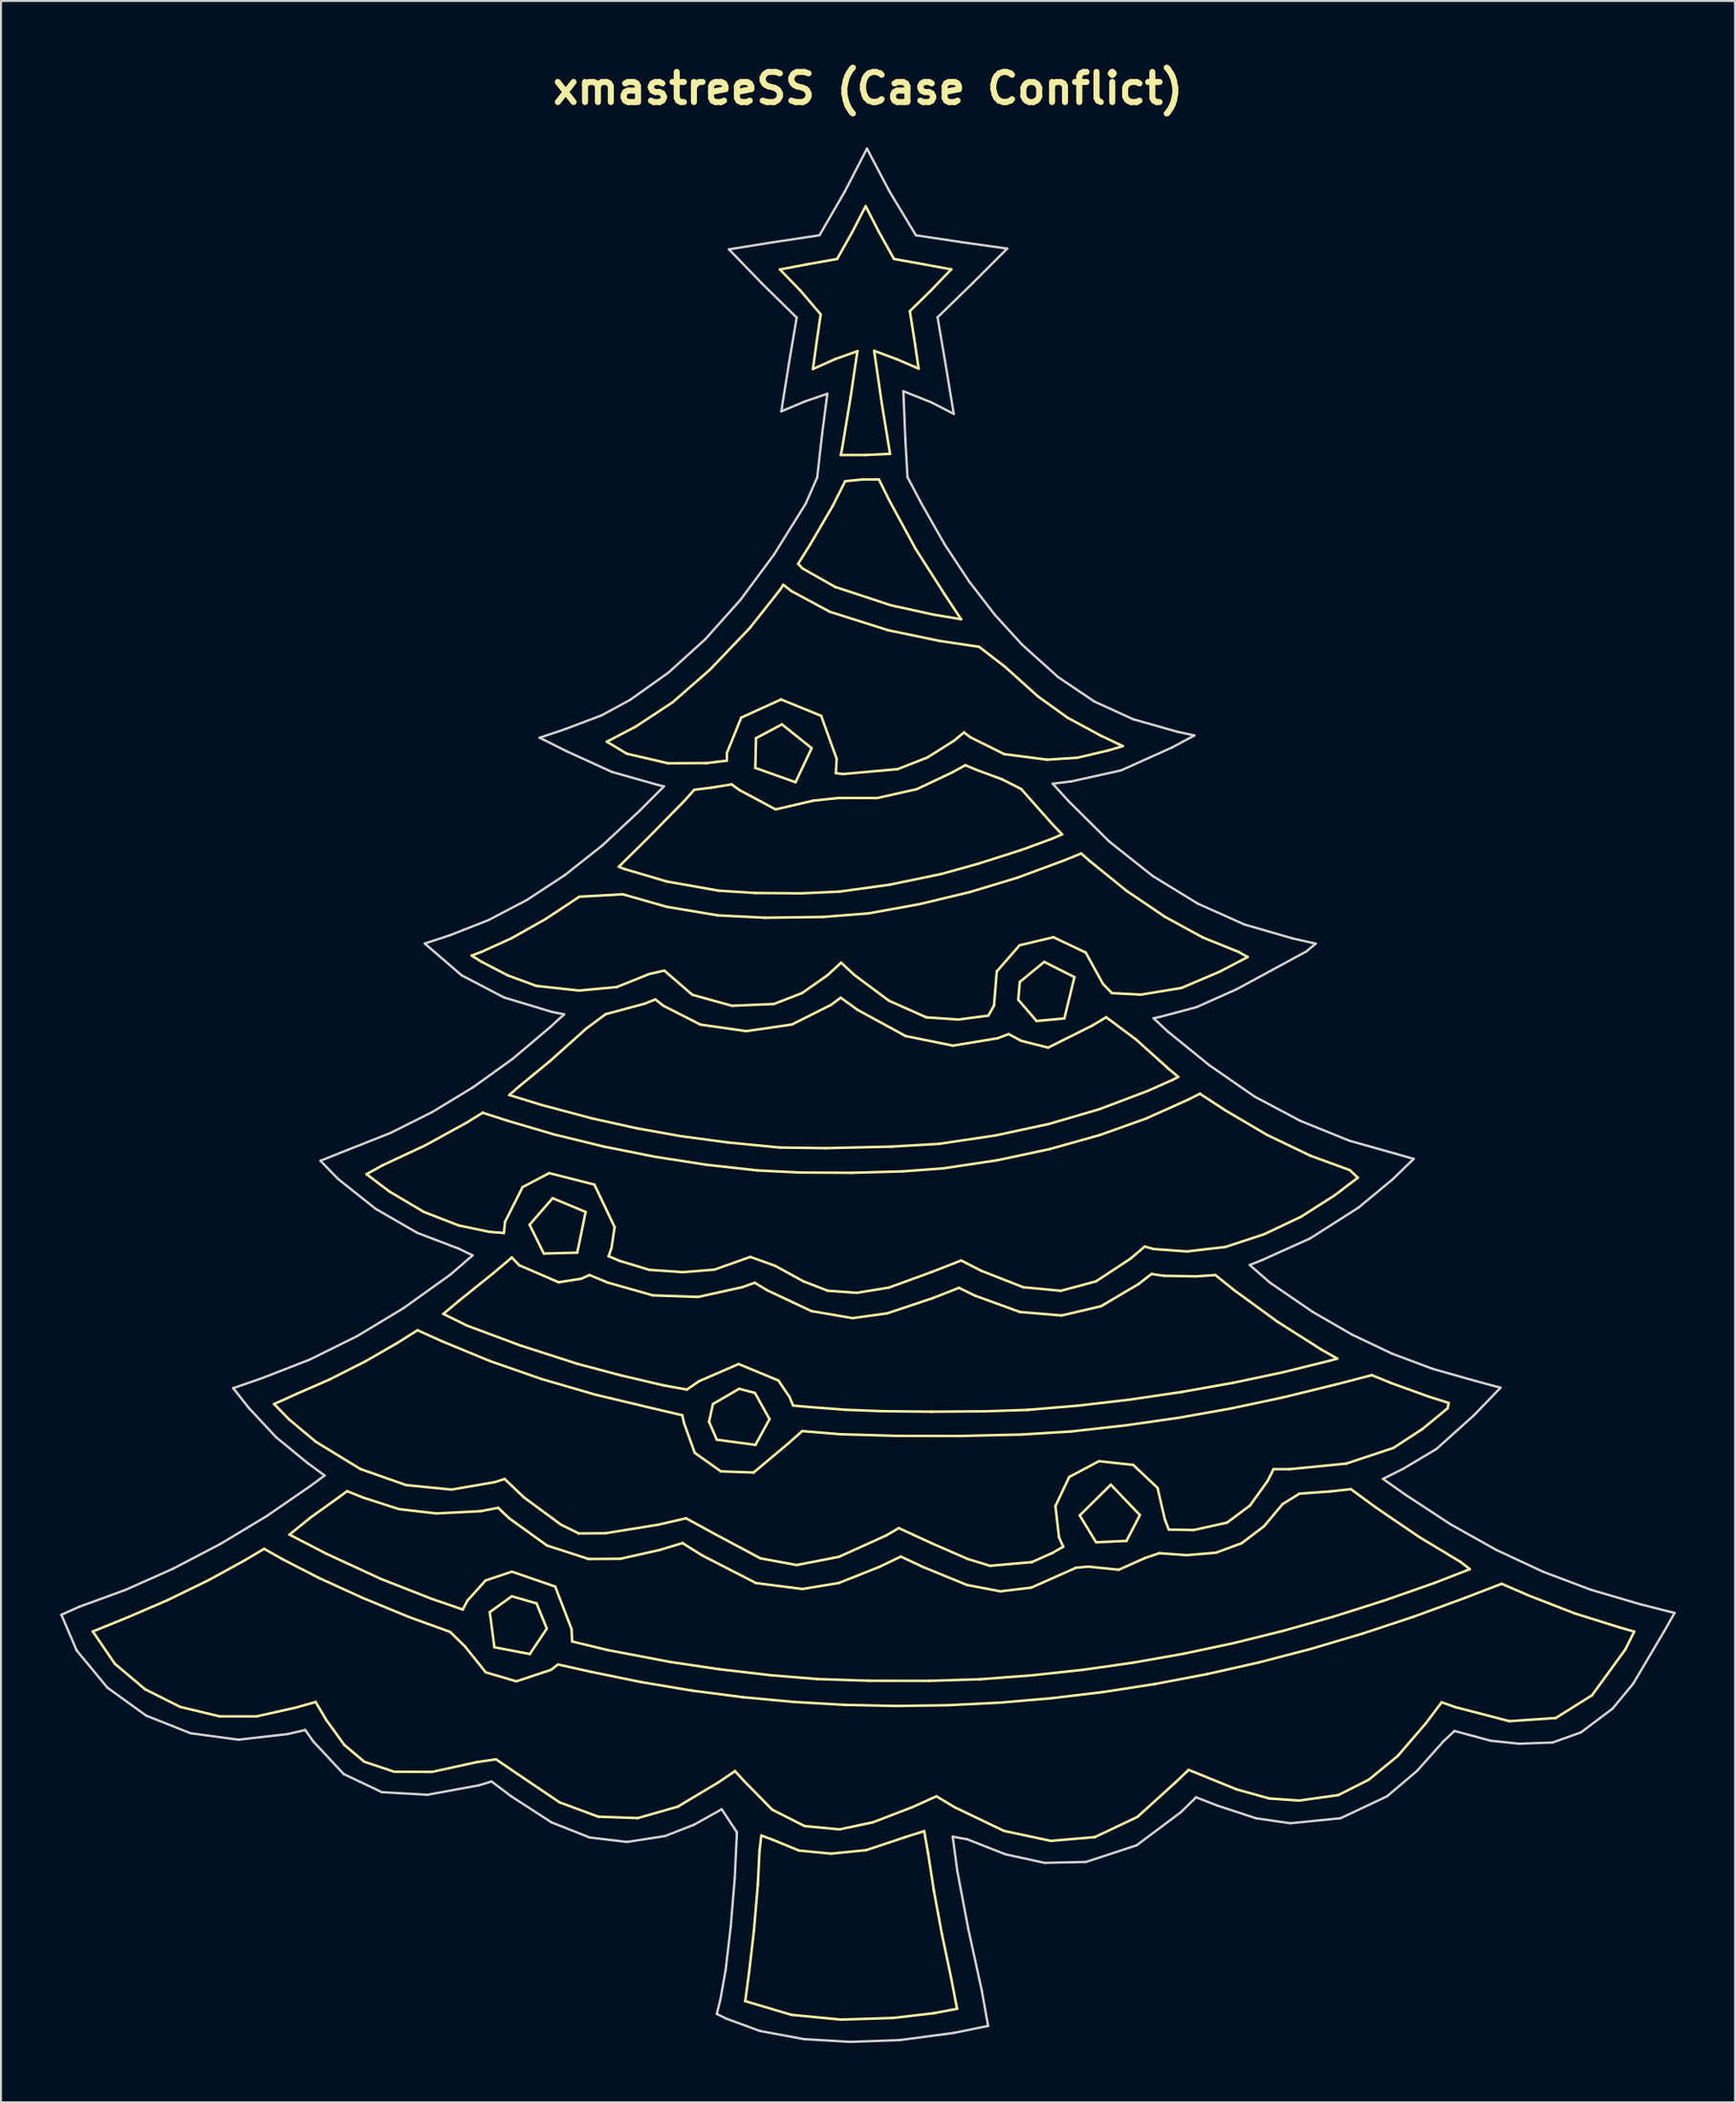
<source format=kicad_pcb>
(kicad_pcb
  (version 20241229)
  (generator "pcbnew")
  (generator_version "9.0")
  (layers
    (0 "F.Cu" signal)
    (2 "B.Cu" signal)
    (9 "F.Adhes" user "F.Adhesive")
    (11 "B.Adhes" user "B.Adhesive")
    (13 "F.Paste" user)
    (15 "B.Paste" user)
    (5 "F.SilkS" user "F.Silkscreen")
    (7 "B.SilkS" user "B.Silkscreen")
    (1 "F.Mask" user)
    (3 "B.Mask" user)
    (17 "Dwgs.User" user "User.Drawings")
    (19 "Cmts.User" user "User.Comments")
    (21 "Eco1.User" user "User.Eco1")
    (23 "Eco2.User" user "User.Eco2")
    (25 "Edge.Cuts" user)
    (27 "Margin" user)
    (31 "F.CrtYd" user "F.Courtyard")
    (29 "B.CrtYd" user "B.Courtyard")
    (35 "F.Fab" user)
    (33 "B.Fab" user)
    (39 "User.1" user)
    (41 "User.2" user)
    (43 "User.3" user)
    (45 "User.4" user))
  (footprint "xmastreeSS (Case Conflict)"
    (layer "F.Cu")
    (at 40.917 52.429)
    (property "Reference" "xmastreeSS (Case Conflict)" (at 0 -51.002 0) (layer "F.SilkS") (effects (font (size 1.524 1.524) (thickness 0.305))))
    (attr smd)
    (fp_line (start -39.266 27.128) (end -38.15 28.762) (stroke (width 0.129) (type solid)) (layer "F.SilkS"))
    (fp_line (start -38.15 28.762) (end -36.613 30.056) (stroke (width 0.129) (type solid)) (layer "F.SilkS"))
    (fp_line (start -37.471 26.399) (end -39.266 27.128) (stroke (width 0.129) (type solid)) (layer "F.SilkS"))
    (fp_line (start -36.613 30.056) (end -34.84 30.946) (stroke (width 0.129) (type solid)) (layer "F.SilkS"))
    (fp_line (start -35.473 25.538) (end -37.471 26.399) (stroke (width 0.129) (type solid)) (layer "F.SilkS"))
    (fp_line (start -34.84 30.946) (end -32.846 31.424) (stroke (width 0.129) (type solid)) (layer "F.SilkS"))
    (fp_line (start -33.392 24.524) (end -35.473 25.538) (stroke (width 0.129) (type solid)) (layer "F.SilkS"))
    (fp_line (start -32.846 31.424) (end -30.968 31.425) (stroke (width 0.129) (type solid)) (layer "F.SilkS"))
    (fp_line (start -31.55 23.513) (end -33.392 24.524) (stroke (width 0.129) (type solid)) (layer "F.SilkS"))
    (fp_line (start -30.968 31.425) (end -28.981 30.979) (stroke (width 0.129) (type solid)) (layer "F.SilkS"))
    (fp_line (start -30.588 22.942) (end -31.55 23.513) (stroke (width 0.129) (type solid)) (layer "F.SilkS"))
    (fp_line (start -30.084 15.61) (end -29.328 16.384) (stroke (width 0.129) (type solid)) (layer "F.SilkS"))
    (fp_line (start -29.658 23.467) (end -30.588 22.942) (stroke (width 0.129) (type solid)) (layer "F.SilkS"))
    (fp_line (start -29.328 16.384) (end -27.974 17.517) (stroke (width 0.129) (type solid)) (layer "F.SilkS"))
    (fp_line (start -29.305 22.222) (end -27.441 23.188) (stroke (width 0.129) (type solid)) (layer "F.SilkS"))
    (fp_line (start -28.981 30.979) (end -27.98 30.697) (stroke (width 0.129) (type solid)) (layer "F.SilkS"))
    (fp_line (start -28.926 15.09) (end -30.084 15.61) (stroke (width 0.129) (type solid)) (layer "F.SilkS"))
    (fp_line (start -28.244 21.364) (end -29.305 22.222) (stroke (width 0.129) (type solid)) (layer "F.SilkS"))
    (fp_line (start -27.98 30.697) (end -27.441 31.605) (stroke (width 0.129) (type solid)) (layer "F.SilkS"))
    (fp_line (start -27.974 17.517) (end -25.711 18.902) (stroke (width 0.129) (type solid)) (layer "F.SilkS"))
    (fp_line (start -27.82 24.413) (end -29.658 23.467) (stroke (width 0.129) (type solid)) (layer "F.SilkS"))
    (fp_line (start -27.441 23.188) (end -24.654 24.474) (stroke (width 0.129) (type solid)) (layer "F.SilkS"))
    (fp_line (start -27.441 31.605) (end -26.519 32.878) (stroke (width 0.129) (type solid)) (layer "F.SilkS"))
    (fp_line (start -27.278 14.37) (end -28.926 15.09) (stroke (width 0.129) (type solid)) (layer "F.SilkS"))
    (fp_line (start -26.76 20.3) (end -28.244 21.364) (stroke (width 0.129) (type solid)) (layer "F.SilkS"))
    (fp_line (start -26.519 32.878) (end -25.518 33.72) (stroke (width 0.129) (type solid)) (layer "F.SilkS"))
    (fp_line (start -26.38 20.022) (end -26.76 20.3) (stroke (width 0.129) (type solid)) (layer "F.SilkS"))
    (fp_line (start -25.711 18.902) (end -23.395 19.715) (stroke (width 0.129) (type solid)) (layer "F.SilkS"))
    (fp_line (start -25.582 25.434) (end -27.82 24.413) (stroke (width 0.129) (type solid)) (layer "F.SilkS"))
    (fp_line (start -25.572 20.348) (end -26.38 20.022) (stroke (width 0.129) (type solid)) (layer "F.SilkS"))
    (fp_line (start -25.518 33.72) (end -24 34.229) (stroke (width 0.129) (type solid)) (layer "F.SilkS"))
    (fp_line (start -25.451 13.446) (end -27.278 14.37) (stroke (width 0.129) (type solid)) (layer "F.SilkS"))
    (fp_line (start -25.402 3.973) (end -24.239 4.852) (stroke (width 0.129) (type solid)) (layer "F.SilkS"))
    (fp_line (start -24.654 24.474) (end -22.086 25.48) (stroke (width 0.129) (type solid)) (layer "F.SilkS"))
    (fp_line (start -24.585 3.521) (end -25.402 3.973) (stroke (width 0.129) (type solid)) (layer "F.SilkS"))
    (fp_line (start -24.239 4.852) (end -22.49 5.887) (stroke (width 0.129) (type solid)) (layer "F.SilkS"))
    (fp_line (start -24 34.229) (end -22.078 34.236) (stroke (width 0.129) (type solid)) (layer "F.SilkS"))
    (fp_line (start -23.843 12.519) (end -25.451 13.446) (stroke (width 0.129) (type solid)) (layer "F.SilkS"))
    (fp_line (start -23.758 20.932) (end -25.572 20.348) (stroke (width 0.129) (type solid)) (layer "F.SilkS"))
    (fp_line (start -23.395 19.715) (end -21.098 19.942) (stroke (width 0.129) (type solid)) (layer "F.SilkS"))
    (fp_line (start -23.258 26.392) (end -25.582 25.434) (stroke (width 0.129) (type solid)) (layer "F.SilkS"))
    (fp_line (start -22.818 11.874) (end -23.843 12.519) (stroke (width 0.129) (type solid)) (layer "F.SilkS"))
    (fp_line (start -22.49 5.887) (end -20.734 6.568) (stroke (width 0.129) (type solid)) (layer "F.SilkS"))
    (fp_line (start -22.427 2.513) (end -24.585 3.521) (stroke (width 0.129) (type solid)) (layer "F.SilkS"))
    (fp_line (start -22.086 25.48) (end -20.528 26.015) (stroke (width 0.129) (type solid)) (layer "F.SilkS"))
    (fp_line (start -22.078 34.236) (end -19.813 33.74) (stroke (width 0.129) (type solid)) (layer "F.SilkS"))
    (fp_line (start -21.87 21.15) (end -23.758 20.932) (stroke (width 0.129) (type solid)) (layer "F.SilkS"))
    (fp_line (start -21.563 12.439) (end -22.818 11.874) (stroke (width 0.129) (type solid)) (layer "F.SilkS"))
    (fp_line (start -21.509 11.048) (end -20.315 11.639) (stroke (width 0.129) (type solid)) (layer "F.SilkS"))
    (fp_line (start -21.164 27.15) (end -23.258 26.392) (stroke (width 0.129) (type solid)) (layer "F.SilkS"))
    (fp_line (start -21.098 19.942) (end -18.897 19.564) (stroke (width 0.129) (type solid)) (layer "F.SilkS"))
    (fp_line (start -20.734 6.568) (end -19.174 6.893) (stroke (width 0.129) (type solid)) (layer "F.SilkS"))
    (fp_line (start -20.718 10.382) (end -21.509 11.048) (stroke (width 0.129) (type solid)) (layer "F.SilkS"))
    (fp_line (start -20.528 26.015) (end -20.288 25.562) (stroke (width 0.129) (type solid)) (layer "F.SilkS"))
    (fp_line (start -20.409 27.889) (end -21.164 27.15) (stroke (width 0.129) (type solid)) (layer "F.SilkS"))
    (fp_line (start -20.332 1.365) (end -22.427 2.513) (stroke (width 0.129) (type solid)) (layer "F.SilkS"))
    (fp_line (start -20.315 11.639) (end -17.607 12.646) (stroke (width 0.129) (type solid)) (layer "F.SilkS"))
    (fp_line (start -20.288 25.562) (end -19.375 24.547) (stroke (width 0.129) (type solid)) (layer "F.SilkS"))
    (fp_line (start -20.076 -7.095) (end -19.579 -6.784) (stroke (width 0.129) (type solid)) (layer "F.SilkS"))
    (fp_line (start -19.813 33.74) (end -18.842 33.601) (stroke (width 0.129) (type solid)) (layer "F.SilkS"))
    (fp_line (start -19.629 21.036) (end -21.87 21.15) (stroke (width 0.129) (type solid)) (layer "F.SilkS"))
    (fp_line (start -19.579 -7.282) (end -20.076 -7.095) (stroke (width 0.129) (type solid)) (layer "F.SilkS"))
    (fp_line (start -19.579 -6.784) (end -18.243 -6.091) (stroke (width 0.129) (type solid)) (layer "F.SilkS"))
    (fp_line (start -19.518 0.861) (end -20.332 1.365) (stroke (width 0.129) (type solid)) (layer "F.SilkS"))
    (fp_line (start -19.375 24.547) (end -18.041 24.098) (stroke (width 0.129) (type solid)) (layer "F.SilkS"))
    (fp_line (start -19.363 29.195) (end -20.409 27.889) (stroke (width 0.129) (type solid)) (layer "F.SilkS"))
    (fp_line (start -19.174 6.893) (end -18.442 6.95) (stroke (width 0.129) (type solid)) (layer "F.SilkS"))
    (fp_line (start -19.158 26.147) (end -18.924 27.927) (stroke (width 0.129) (type solid)) (layer "F.SilkS"))
    (fp_line (start -19.15 13.435) (end -21.563 12.439) (stroke (width 0.129) (type solid)) (layer "F.SilkS"))
    (fp_line (start -18.984 8.989) (end -20.718 10.382) (stroke (width 0.129) (type solid)) (layer "F.SilkS"))
    (fp_line (start -18.924 27.927) (end -17.13 28.269) (stroke (width 0.129) (type solid)) (layer "F.SilkS"))
    (fp_line (start -18.897 19.564) (end -18.404 19.406) (stroke (width 0.129) (type solid)) (layer "F.SilkS"))
    (fp_line (start -18.842 33.601) (end -17.428 34.562) (stroke (width 0.129) (type solid)) (layer "F.SilkS"))
    (fp_line (start -18.73 20.866) (end -19.629 21.036) (stroke (width 0.129) (type solid)) (layer "F.SilkS"))
    (fp_line (start -18.442 6.95) (end -18.383 6.382) (stroke (width 0.129) (type solid)) (layer "F.SilkS"))
    (fp_line (start -18.404 19.406) (end -17.428 20.338) (stroke (width 0.129) (type solid)) (layer "F.SilkS"))
    (fp_line (start -18.383 6.382) (end -17.496 4.626) (stroke (width 0.129) (type solid)) (layer "F.SilkS"))
    (fp_line (start -18.266 1.265) (end -19.518 0.861) (stroke (width 0.129) (type solid)) (layer "F.SilkS"))
    (fp_line (start -18.243 -6.091) (end -16.798 -5.56) (stroke (width 0.129) (type solid)) (layer "F.SilkS"))
    (fp_line (start -18.182 21.391) (end -18.73 20.866) (stroke (width 0.129) (type solid)) (layer "F.SilkS"))
    (fp_line (start -18.17 -0.035) (end -16.539 0.466) (stroke (width 0.129) (type solid)) (layer "F.SilkS"))
    (fp_line (start -18.062 -7.97) (end -19.579 -7.282) (stroke (width 0.129) (type solid)) (layer "F.SilkS"))
    (fp_line (start -18.045 25.344) (end -19.158 26.147) (stroke (width 0.129) (type solid)) (layer "F.SilkS"))
    (fp_line (start -18.041 8.192) (end -18.984 8.989) (stroke (width 0.129) (type solid)) (layer "F.SilkS"))
    (fp_line (start -18.041 24.098) (end -15.844 24.854) (stroke (width 0.129) (type solid)) (layer "F.SilkS"))
    (fp_line (start -17.812 29.651) (end -19.363 29.195) (stroke (width 0.129) (type solid)) (layer "F.SilkS"))
    (fp_line (start -17.665 -0.478) (end -18.17 -0.035) (stroke (width 0.129) (type solid)) (layer "F.SilkS"))
    (fp_line (start -17.664 8.585) (end -18.041 8.192) (stroke (width 0.129) (type solid)) (layer "F.SilkS"))
    (fp_line (start -17.607 12.646) (end -14.699 13.581) (stroke (width 0.129) (type solid)) (layer "F.SilkS"))
    (fp_line (start -17.496 4.626) (end -16.148 3.919) (stroke (width 0.129) (type solid)) (layer "F.SilkS"))
    (fp_line (start -17.428 34.562) (end -15.62 35.78) (stroke (width 0.129) (type solid)) (layer "F.SilkS"))
    (fp_line (start -17.428 20.338) (end -15.553 21.717) (stroke (width 0.129) (type solid)) (layer "F.SilkS"))
    (fp_line (start -17.141 6.532) (end -16.421 7.991) (stroke (width 0.129) (type solid)) (layer "F.SilkS"))
    (fp_line (start -17.13 28.269) (end -16.269 26.979) (stroke (width 0.129) (type solid)) (layer "F.SilkS"))
    (fp_line (start -16.798 -5.56) (end -14.638 -5.325) (stroke (width 0.129) (type solid)) (layer "F.SilkS"))
    (fp_line (start -16.788 25.706) (end -18.045 25.344) (stroke (width 0.129) (type solid)) (layer "F.SilkS"))
    (fp_line (start -16.545 14.341) (end -19.15 13.435) (stroke (width 0.129) (type solid)) (layer "F.SilkS"))
    (fp_line (start -16.539 0.466) (end -13.98 1.148) (stroke (width 0.129) (type solid)) (layer "F.SilkS"))
    (fp_line (start -16.421 7.991) (end -14.727 7.946) (stroke (width 0.129) (type solid)) (layer "F.SilkS"))
    (fp_line (start -16.331 -8.946) (end -18.062 -7.97) (stroke (width 0.129) (type solid)) (layer "F.SilkS"))
    (fp_line (start -16.269 26.979) (end -16.788 25.706) (stroke (width 0.129) (type solid)) (layer "F.SilkS"))
    (fp_line (start -16.261 22.774) (end -18.182 21.391) (stroke (width 0.129) (type solid)) (layer "F.SilkS"))
    (fp_line (start -16.148 3.919) (end -13.858 4.5) (stroke (width 0.129) (type solid)) (layer "F.SilkS"))
    (fp_line (start -16.118 -1.745) (end -17.665 -0.478) (stroke (width 0.129) (type solid)) (layer "F.SilkS"))
    (fp_line (start -16.053 29.067) (end -17.812 29.651) (stroke (width 0.129) (type solid)) (layer "F.SilkS"))
    (fp_line (start -15.974 5.189) (end -17.141 6.532) (stroke (width 0.129) (type solid)) (layer "F.SilkS"))
    (fp_line (start -15.892 1.963) (end -18.266 1.265) (stroke (width 0.129) (type solid)) (layer "F.SilkS"))
    (fp_line (start -15.844 24.854) (end -15.011 27.014) (stroke (width 0.129) (type solid)) (layer "F.SilkS"))
    (fp_line (start -15.701 28.798) (end -16.053 29.067) (stroke (width 0.129) (type solid)) (layer "F.SilkS"))
    (fp_line (start -15.67 9.446) (end -17.664 8.585) (stroke (width 0.129) (type solid)) (layer "F.SilkS"))
    (fp_line (start -15.62 35.78) (end -13.664 36.504) (stroke (width 0.129) (type solid)) (layer "F.SilkS"))
    (fp_line (start -15.553 21.717) (end -14.654 22.162) (stroke (width 0.129) (type solid)) (layer "F.SilkS"))
    (fp_line (start -15.011 27.014) (end -14.988 27.633) (stroke (width 0.129) (type solid)) (layer "F.SilkS"))
    (fp_line (start -14.988 27.633) (end -13.198 28.066) (stroke (width 0.129) (type solid)) (layer "F.SilkS"))
    (fp_line (start -14.727 7.946) (end -14.303 5.885) (stroke (width 0.129) (type solid)) (layer "F.SilkS"))
    (fp_line (start -14.699 13.581) (end -12.516 14.159) (stroke (width 0.129) (type solid)) (layer "F.SilkS"))
    (fp_line (start -14.654 22.162) (end -13.303 22.153) (stroke (width 0.129) (type solid)) (layer "F.SilkS"))
    (fp_line (start -14.638 -5.325) (end -12.727 -5.502) (stroke (width 0.129) (type solid)) (layer "F.SilkS"))
    (fp_line (start -14.619 -10.077) (end -16.331 -8.946) (stroke (width 0.129) (type solid)) (layer "F.SilkS"))
    (fp_line (start -14.526 9.266) (end -15.67 9.446) (stroke (width 0.129) (type solid)) (layer "F.SilkS"))
    (fp_line (start -14.303 5.885) (end -15.974 5.189) (stroke (width 0.129) (type solid)) (layer "F.SilkS"))
    (fp_line (start -14.277 -3.394) (end -16.118 -1.745) (stroke (width 0.129) (type solid)) (layer "F.SilkS"))
    (fp_line (start -14.156 23.456) (end -16.261 22.774) (stroke (width 0.129) (type solid)) (layer "F.SilkS"))
    (fp_line (start -14.108 9.078) (end -14.526 9.266) (stroke (width 0.129) (type solid)) (layer "F.SilkS"))
    (fp_line (start -14.031 29.171) (end -15.701 28.798) (stroke (width 0.129) (type solid)) (layer "F.SilkS"))
    (fp_line (start -13.98 1.148) (end -11.701 1.652) (stroke (width 0.129) (type solid)) (layer "F.SilkS"))
    (fp_line (start -13.858 4.5) (end -12.835 6.648) (stroke (width 0.129) (type solid)) (layer "F.SilkS"))
    (fp_line (start -13.804 15.138) (end -16.545 14.341) (stroke (width 0.129) (type solid)) (layer "F.SilkS"))
    (fp_line (start -13.664 36.504) (end -11.666 36.576) (stroke (width 0.129) (type solid)) (layer "F.SilkS"))
    (fp_line (start -13.381 2.575) (end -15.892 1.963) (stroke (width 0.129) (type solid)) (layer "F.SilkS"))
    (fp_line (start -13.303 22.153) (end -10.621 21.719) (stroke (width 0.129) (type solid)) (layer "F.SilkS"))
    (fp_line (start -13.291 -4.128) (end -14.277 -3.394) (stroke (width 0.129) (type solid)) (layer "F.SilkS"))
    (fp_line (start -13.228 -17.924) (end -12.211 -17.315) (stroke (width 0.129) (type solid)) (layer "F.SilkS"))
    (fp_line (start -13.198 28.066) (end -9.989 28.674) (stroke (width 0.129) (type solid)) (layer "F.SilkS"))
    (fp_line (start -13.185 9.46) (end -14.108 9.078) (stroke (width 0.129) (type solid)) (layer "F.SilkS"))
    (fp_line (start -13.139 8.125) (end -12.598 8.356) (stroke (width 0.129) (type solid)) (layer "F.SilkS"))
    (fp_line (start -12.989 7.698) (end -13.139 8.125) (stroke (width 0.129) (type solid)) (layer "F.SilkS"))
    (fp_line (start -12.835 6.648) (end -12.989 7.698) (stroke (width 0.129) (type solid)) (layer "F.SilkS"))
    (fp_line (start -12.727 -5.502) (end -11.082 -6.162) (stroke (width 0.129) (type solid)) (layer "F.SilkS"))
    (fp_line (start -12.623 -11.595) (end -12.339 -11.48) (stroke (width 0.129) (type solid)) (layer "F.SilkS"))
    (fp_line (start -12.598 8.356) (end -11.081 8.816) (stroke (width 0.129) (type solid)) (layer "F.SilkS"))
    (fp_line (start -12.538 23.445) (end -14.156 23.456) (stroke (width 0.129) (type solid)) (layer "F.SilkS"))
    (fp_line (start -12.516 14.159) (end -10.37 14.663) (stroke (width 0.129) (type solid)) (layer "F.SilkS"))
    (fp_line (start -12.417 -10.197) (end -14.619 -10.077) (stroke (width 0.129) (type solid)) (layer "F.SilkS"))
    (fp_line (start -12.339 -11.48) (end -10.198 -10.848) (stroke (width 0.129) (type solid)) (layer "F.SilkS"))
    (fp_line (start -12.211 -17.315) (end -10.136 -16.834) (stroke (width 0.129) (type solid)) (layer "F.SilkS"))
    (fp_line (start -11.773 -18.685) (end -13.228 -17.924) (stroke (width 0.129) (type solid)) (layer "F.SilkS"))
    (fp_line (start -11.701 1.652) (end -9.456 2.051) (stroke (width 0.129) (type solid)) (layer "F.SilkS"))
    (fp_line (start -11.666 36.576) (end -9.635 35.997) (stroke (width 0.129) (type solid)) (layer "F.SilkS"))
    (fp_line (start -11.484 29.691) (end -14.031 29.171) (stroke (width 0.129) (type solid)) (layer "F.SilkS"))
    (fp_line (start -11.309 -4.661) (end -13.291 -4.128) (stroke (width 0.129) (type solid)) (layer "F.SilkS"))
    (fp_line (start -11.193 -13.003) (end -12.623 -11.595) (stroke (width 0.129) (type solid)) (layer "F.SilkS"))
    (fp_line (start -11.082 -6.162) (end -10.318 -6.335) (stroke (width 0.129) (type solid)) (layer "F.SilkS"))
    (fp_line (start -11.081 8.816) (end -9.37 8.933) (stroke (width 0.129) (type solid)) (layer "F.SilkS"))
    (fp_line (start -10.981 15.81) (end -13.804 15.138) (stroke (width 0.129) (type solid)) (layer "F.SilkS"))
    (fp_line (start -10.901 10.108) (end -13.185 9.46) (stroke (width 0.129) (type solid)) (layer "F.SilkS"))
    (fp_line (start -10.79 3.091) (end -13.381 2.575) (stroke (width 0.129) (type solid)) (layer "F.SilkS"))
    (fp_line (start -10.77 -4.877) (end -11.309 -4.661) (stroke (width 0.129) (type solid)) (layer "F.SilkS"))
    (fp_line (start -10.621 21.719) (end -9.215 21.396) (stroke (width 0.129) (type solid)) (layer "F.SilkS"))
    (fp_line (start -10.538 22.996) (end -12.538 23.445) (stroke (width 0.129) (type solid)) (layer "F.SilkS"))
    (fp_line (start -10.37 14.663) (end -9.172 14.878) (stroke (width 0.129) (type solid)) (layer "F.SilkS"))
    (fp_line (start -10.364 -4.555) (end -10.77 -4.877) (stroke (width 0.129) (type solid)) (layer "F.SilkS"))
    (fp_line (start -10.318 -6.335) (end -8.897 -5.11) (stroke (width 0.129) (type solid)) (layer "F.SilkS"))
    (fp_line (start -10.198 -10.848) (end -7.562 -10.381) (stroke (width 0.129) (type solid)) (layer "F.SilkS"))
    (fp_line (start -10.197 -9.565) (end -12.417 -10.197) (stroke (width 0.129) (type solid)) (layer "F.SilkS"))
    (fp_line (start -10.136 -16.834) (end -8.165 -16.842) (stroke (width 0.129) (type solid)) (layer "F.SilkS"))
    (fp_line (start -9.989 28.674) (end -7.504 29.043) (stroke (width 0.129) (type solid)) (layer "F.SilkS"))
    (fp_line (start -9.91 -19.91) (end -11.773 -18.685) (stroke (width 0.129) (type solid)) (layer "F.SilkS"))
    (fp_line (start -9.635 35.997) (end -7.58 34.768) (stroke (width 0.129) (type solid)) (layer "F.SilkS"))
    (fp_line (start -9.456 2.051) (end -7.093 2.367) (stroke (width 0.129) (type solid)) (layer "F.SilkS"))
    (fp_line (start -9.406 16.179) (end -10.981 15.81) (stroke (width 0.129) (type solid)) (layer "F.SilkS"))
    (fp_line (start -9.396 22.65) (end -10.538 22.996) (stroke (width 0.129) (type solid)) (layer "F.SilkS"))
    (fp_line (start -9.37 8.933) (end -7.782 8.806) (stroke (width 0.129) (type solid)) (layer "F.SilkS"))
    (fp_line (start -9.318 16.576) (end -9.406 16.179) (stroke (width 0.129) (type solid)) (layer "F.SilkS"))
    (fp_line (start -9.281 -14.951) (end -11.193 -13.003) (stroke (width 0.129) (type solid)) (layer "F.SilkS"))
    (fp_line (start -9.215 21.396) (end -7.749 22.198) (stroke (width 0.129) (type solid)) (layer "F.SilkS"))
    (fp_line (start -9.172 14.878) (end -8.557 14.454) (stroke (width 0.129) (type solid)) (layer "F.SilkS"))
    (fp_line (start -8.923 30.119) (end -11.484 29.691) (stroke (width 0.129) (type solid)) (layer "F.SilkS"))
    (fp_line (start -8.897 -5.11) (end -6.894 -4.554) (stroke (width 0.129) (type solid)) (layer "F.SilkS"))
    (fp_line (start -8.798 -15.491) (end -9.281 -14.951) (stroke (width 0.129) (type solid)) (layer "F.SilkS"))
    (fp_line (start -8.777 18.08) (end -9.318 16.576) (stroke (width 0.129) (type solid)) (layer "F.SilkS"))
    (fp_line (start -8.6 10.187) (end -10.901 10.108) (stroke (width 0.129) (type solid)) (layer "F.SilkS"))
    (fp_line (start -8.557 14.454) (end -6.553 13.585) (stroke (width 0.129) (type solid)) (layer "F.SilkS"))
    (fp_line (start -8.492 -3.602) (end -10.364 -4.555) (stroke (width 0.129) (type solid)) (layer "F.SilkS"))
    (fp_line (start -8.408 23.272) (end -9.396 22.65) (stroke (width 0.129) (type solid)) (layer "F.SilkS"))
    (fp_line (start -8.176 3.497) (end -10.79 3.091) (stroke (width 0.129) (type solid)) (layer "F.SilkS"))
    (fp_line (start -8.165 -16.842) (end -7.148 -16.966) (stroke (width 0.129) (type solid)) (layer "F.SilkS"))
    (fp_line (start -8.052 16.509) (end -7.659 17.416) (stroke (width 0.129) (type solid)) (layer "F.SilkS"))
    (fp_line (start -8.006 -21.571) (end -9.91 -19.91) (stroke (width 0.129) (type solid)) (layer "F.SilkS"))
    (fp_line (start -7.923 -15.6) (end -8.798 -15.491) (stroke (width 0.129) (type solid)) (layer "F.SilkS"))
    (fp_line (start -7.855 15.611) (end -8.052 16.509) (stroke (width 0.129) (type solid)) (layer "F.SilkS"))
    (fp_line (start -7.782 8.806) (end -5.96 8.161) (stroke (width 0.129) (type solid)) (layer "F.SilkS"))
    (fp_line (start -7.749 22.198) (end -5.444 23.425) (stroke (width 0.129) (type solid)) (layer "F.SilkS"))
    (fp_line (start -7.659 17.416) (end -5.702 17.679) (stroke (width 0.129) (type solid)) (layer "F.SilkS"))
    (fp_line (start -7.6 -9.131) (end -10.197 -9.565) (stroke (width 0.129) (type solid)) (layer "F.SilkS"))
    (fp_line (start -7.58 34.768) (end -6.737 34.198) (stroke (width 0.129) (type solid)) (layer "F.SilkS"))
    (fp_line (start -7.562 -10.381) (end -5.697 -10.265) (stroke (width 0.129) (type solid)) (layer "F.SilkS"))
    (fp_line (start -7.504 29.043) (end -4.918 29.343) (stroke (width 0.129) (type solid)) (layer "F.SilkS"))
    (fp_line (start -7.453 19.02) (end -8.777 18.08) (stroke (width 0.129) (type solid)) (layer "F.SilkS"))
    (fp_line (start -7.148 -17.35) (end -6.421 -19.144) (stroke (width 0.129) (type solid)) (layer "F.SilkS"))
    (fp_line (start -7.148 -16.966) (end -7.148 -17.35) (stroke (width 0.129) (type solid)) (layer "F.SilkS"))
    (fp_line (start -7.093 2.367) (end -4.462 2.624) (stroke (width 0.129) (type solid)) (layer "F.SilkS"))
    (fp_line (start -6.907 -15.763) (end -7.923 -15.6) (stroke (width 0.129) (type solid)) (layer "F.SilkS"))
    (fp_line (start -6.894 -4.554) (end -4.772 -4.643) (stroke (width 0.129) (type solid)) (layer "F.SilkS"))
    (fp_line (start -6.737 34.198) (end -6.286 34.689) (stroke (width 0.129) (type solid)) (layer "F.SilkS"))
    (fp_line (start -6.553 13.585) (end -4.541 14.418) (stroke (width 0.129) (type solid)) (layer "F.SilkS"))
    (fp_line (start -6.529 14.839) (end -7.855 15.611) (stroke (width 0.129) (type solid)) (layer "F.SilkS"))
    (fp_line (start -6.505 -15.473) (end -6.907 -15.763) (stroke (width 0.129) (type solid)) (layer "F.SilkS"))
    (fp_line (start -6.421 -19.144) (end -4.404 -20.064) (stroke (width 0.129) (type solid)) (layer "F.SilkS"))
    (fp_line (start -6.366 9.694) (end -8.6 10.187) (stroke (width 0.129) (type solid)) (layer "F.SilkS"))
    (fp_line (start -6.35 30.453) (end -8.923 30.119) (stroke (width 0.129) (type solid)) (layer "F.SilkS"))
    (fp_line (start -6.286 34.689) (end -4.856 36.146) (stroke (width 0.129) (type solid)) (layer "F.SilkS"))
    (fp_line (start -6.218 45.843) (end -3.889 46.535) (stroke (width 0.129) (type solid)) (layer "F.SilkS"))
    (fp_line (start -6.167 -3.27) (end -8.492 -3.602) (stroke (width 0.129) (type solid)) (layer "F.SilkS"))
    (fp_line (start -6.015 44.323) (end -6.218 45.843) (stroke (width 0.129) (type solid)) (layer "F.SilkS"))
    (fp_line (start -5.98 -23.69) (end -8.006 -21.571) (stroke (width 0.129) (type solid)) (layer "F.SilkS"))
    (fp_line (start -5.96 8.161) (end -4.698 8.615) (stroke (width 0.129) (type solid)) (layer "F.SilkS"))
    (fp_line (start -5.793 19.078) (end -7.453 19.02) (stroke (width 0.129) (type solid)) (layer "F.SilkS"))
    (fp_line (start -5.78 42.293) (end -6.015 44.323) (stroke (width 0.129) (type solid)) (layer "F.SilkS"))
    (fp_line (start -5.738 9.469) (end -6.366 9.694) (stroke (width 0.129) (type solid)) (layer "F.SilkS"))
    (fp_line (start -5.727 15.049) (end -6.529 14.839) (stroke (width 0.129) (type solid)) (layer "F.SilkS"))
    (fp_line (start -5.709 -16.597) (end -3.671 -15.873) (stroke (width 0.129) (type solid)) (layer "F.SilkS"))
    (fp_line (start -5.702 17.679) (end -5.702 17.679) (stroke (width 0.129) (type solid)) (layer "F.SilkS"))
    (fp_line (start -5.702 17.679) (end -4.987 16.376) (stroke (width 0.129) (type solid)) (layer "F.SilkS"))
    (fp_line (start -5.697 -10.265) (end -3.371 -10.247) (stroke (width 0.129) (type solid)) (layer "F.SilkS"))
    (fp_line (start -5.673 24.676) (end -8.408 23.272) (stroke (width 0.129) (type solid)) (layer "F.SilkS"))
    (fp_line (start -5.671 -18.102) (end -5.709 -16.597) (stroke (width 0.129) (type solid)) (layer "F.SilkS"))
    (fp_line (start -5.598 3.783) (end -8.176 3.497) (stroke (width 0.129) (type solid)) (layer "F.SilkS"))
    (fp_line (start -5.58 39.943) (end -5.78 42.293) (stroke (width 0.129) (type solid)) (layer "F.SilkS"))
    (fp_line (start -5.495 38.223) (end -5.58 39.943) (stroke (width 0.129) (type solid)) (layer "F.SilkS"))
    (fp_line (start -5.444 23.425) (end -3.611 23.763) (stroke (width 0.129) (type solid)) (layer "F.SilkS"))
    (fp_line (start -5.402 37.459) (end -5.495 38.223) (stroke (width 0.129) (type solid)) (layer "F.SilkS"))
    (fp_line (start -5.203 -9.012) (end -7.6 -9.131) (stroke (width 0.129) (type solid)) (layer "F.SilkS"))
    (fp_line (start -5.106 9.852) (end -5.738 9.469) (stroke (width 0.129) (type solid)) (layer "F.SilkS"))
    (fp_line (start -4.987 16.376) (end -5.727 15.049) (stroke (width 0.129) (type solid)) (layer "F.SilkS"))
    (fp_line (start -4.918 29.343) (end -2.551 29.536) (stroke (width 0.129) (type solid)) (layer "F.SilkS"))
    (fp_line (start -4.86 37.658) (end -5.402 37.459) (stroke (width 0.129) (type solid)) (layer "F.SilkS"))
    (fp_line (start -4.856 36.146) (end -3.213 36.979) (stroke (width 0.129) (type solid)) (layer "F.SilkS"))
    (fp_line (start -4.772 -4.643) (end -3.343 -5.194) (stroke (width 0.129) (type solid)) (layer "F.SilkS"))
    (fp_line (start -4.698 8.615) (end -3.259 9.404) (stroke (width 0.129) (type solid)) (layer "F.SilkS"))
    (fp_line (start -4.678 -14.497) (end -6.505 -15.473) (stroke (width 0.129) (type solid)) (layer "F.SilkS"))
    (fp_line (start -4.541 14.418) (end -3.975 15.253) (stroke (width 0.129) (type solid)) (layer "F.SilkS"))
    (fp_line (start -4.462 -41.834) (end -3.429 -40.772) (stroke (width 0.129) (type solid)) (layer "F.SilkS"))
    (fp_line (start -4.462 2.624) (end -2.14 2.655) (stroke (width 0.129) (type solid)) (layer "F.SilkS"))
    (fp_line (start -4.452 -25.622) (end -5.98 -23.69) (stroke (width 0.129) (type solid)) (layer "F.SilkS"))
    (fp_line (start -4.404 -20.064) (end -2.371 -19.234) (stroke (width 0.129) (type solid)) (layer "F.SilkS"))
    (fp_line (start -4.359 -18.802) (end -5.671 -18.102) (stroke (width 0.129) (type solid)) (layer "F.SilkS"))
    (fp_line (start -4.288 -25.871) (end -4.452 -25.622) (stroke (width 0.129) (type solid)) (layer "F.SilkS"))
    (fp_line (start -4.033 17.6) (end -5.793 19.078) (stroke (width 0.129) (type solid)) (layer "F.SilkS"))
    (fp_line (start -3.975 15.253) (end -3.795 15.688) (stroke (width 0.129) (type solid)) (layer "F.SilkS"))
    (fp_line (start -3.889 46.535) (end -1.378 46.779) (stroke (width 0.129) (type solid)) (layer "F.SilkS"))
    (fp_line (start -3.884 -25.553) (end -4.288 -25.871) (stroke (width 0.129) (type solid)) (layer "F.SilkS"))
    (fp_line (start -3.854 -3.606) (end -6.167 -3.27) (stroke (width 0.129) (type solid)) (layer "F.SilkS"))
    (fp_line (start -3.795 15.688) (end -2.966 15.762) (stroke (width 0.129) (type solid)) (layer "F.SilkS"))
    (fp_line (start -3.765 30.694) (end -6.35 30.453) (stroke (width 0.129) (type solid)) (layer "F.SilkS"))
    (fp_line (start -3.671 -15.873) (end -2.854 -17.598) (stroke (width 0.129) (type solid)) (layer "F.SilkS"))
    (fp_line (start -3.611 23.763) (end -1.469 23.345) (stroke (width 0.129) (type solid)) (layer "F.SilkS"))
    (fp_line (start -3.538 -26.933) (end -3.317 -26.697) (stroke (width 0.129) (type solid)) (layer "F.SilkS"))
    (fp_line (start -3.499 38.218) (end -4.86 37.658) (stroke (width 0.129) (type solid)) (layer "F.SilkS"))
    (fp_line (start -3.445 3.889) (end -5.598 3.783) (stroke (width 0.129) (type solid)) (layer "F.SilkS"))
    (fp_line (start -3.429 -40.772) (end -2.396 -39.562) (stroke (width 0.129) (type solid)) (layer "F.SilkS"))
    (fp_line (start -3.371 -10.247) (end -1.451 -10.334) (stroke (width 0.129) (type solid)) (layer "F.SilkS"))
    (fp_line (start -3.343 -5.194) (end -2.055 -6.099) (stroke (width 0.129) (type solid)) (layer "F.SilkS"))
    (fp_line (start -3.332 16.981) (end -4.033 17.6) (stroke (width 0.129) (type solid)) (layer "F.SilkS"))
    (fp_line (start -3.326 24.975) (end -5.673 24.676) (stroke (width 0.129) (type solid)) (layer "F.SilkS"))
    (fp_line (start -3.317 -26.697) (end -1.662 -25.761) (stroke (width 0.129) (type solid)) (layer "F.SilkS"))
    (fp_line (start -3.259 9.404) (end -2.034 9.875) (stroke (width 0.129) (type solid)) (layer "F.SilkS"))
    (fp_line (start -3.213 36.979) (end -1.441 37.147) (stroke (width 0.129) (type solid)) (layer "F.SilkS"))
    (fp_line (start -3.093 -42.093) (end -4.462 -41.834) (stroke (width 0.129) (type solid)) (layer "F.SilkS"))
    (fp_line (start -2.966 15.762) (end -1.142 15.901) (stroke (width 0.129) (type solid)) (layer "F.SilkS"))
    (fp_line (start -2.93 -27.904) (end -3.538 -26.933) (stroke (width 0.129) (type solid)) (layer "F.SilkS"))
    (fp_line (start -2.866 10.904) (end -5.106 9.852) (stroke (width 0.129) (type solid)) (layer "F.SilkS"))
    (fp_line (start -2.854 -17.598) (end -4.359 -18.802) (stroke (width 0.129) (type solid)) (layer "F.SilkS"))
    (fp_line (start -2.79 -36.793) (end -1.647 -37.304) (stroke (width 0.129) (type solid)) (layer "F.SilkS"))
    (fp_line (start -2.78 -14.938) (end -4.678 -14.497) (stroke (width 0.129) (type solid)) (layer "F.SilkS"))
    (fp_line (start -2.609 -38.108) (end -2.79 -36.793) (stroke (width 0.129) (type solid)) (layer "F.SilkS"))
    (fp_line (start -2.551 29.536) (end 0.082 29.622) (stroke (width 0.129) (type solid)) (layer "F.SilkS"))
    (fp_line (start -2.396 -39.562) (end -2.609 -38.108) (stroke (width 0.129) (type solid)) (layer "F.SilkS"))
    (fp_line (start -2.371 -19.234) (end -1.586 -17.057) (stroke (width 0.129) (type solid)) (layer "F.SilkS"))
    (fp_line (start -2.28 -9.051) (end -5.203 -9.012) (stroke (width 0.129) (type solid)) (layer "F.SilkS"))
    (fp_line (start -2.14 2.655) (end 1.186 2.577) (stroke (width 0.129) (type solid)) (layer "F.SilkS"))
    (fp_line (start -2.055 -6.099) (end -1.36 -6.736) (stroke (width 0.129) (type solid)) (layer "F.SilkS"))
    (fp_line (start -2.034 9.875) (end -0.562 9.979) (stroke (width 0.129) (type solid)) (layer "F.SilkS"))
    (fp_line (start -1.933 -24.502) (end -3.884 -25.553) (stroke (width 0.129) (type solid)) (layer "F.SilkS"))
    (fp_line (start -1.88 -4.596) (end -3.854 -3.606) (stroke (width 0.129) (type solid)) (layer "F.SilkS"))
    (fp_line (start -1.879 38.375) (end -3.499 38.218) (stroke (width 0.129) (type solid)) (layer "F.SilkS"))
    (fp_line (start -1.794 -29.852) (end -2.93 -27.904) (stroke (width 0.129) (type solid)) (layer "F.SilkS"))
    (fp_line (start -1.662 -25.761) (end 1.154 -24.834) (stroke (width 0.129) (type solid)) (layer "F.SilkS"))
    (fp_line (start -1.647 -37.304) (end -0.536 -37.698) (stroke (width 0.129) (type solid)) (layer "F.SilkS"))
    (fp_line (start -1.627 -16.333) (end -1.262 -16.288) (stroke (width 0.129) (type solid)) (layer "F.SilkS"))
    (fp_line (start -1.586 -17.057) (end -1.627 -16.333) (stroke (width 0.129) (type solid)) (layer "F.SilkS"))
    (fp_line (start -1.564 -42.366) (end -3.093 -42.093) (stroke (width 0.129) (type solid)) (layer "F.SilkS"))
    (fp_line (start -1.499 -15.075) (end -2.78 -14.938) (stroke (width 0.129) (type solid)) (layer "F.SilkS"))
    (fp_line (start -1.483 24.674) (end -3.326 24.975) (stroke (width 0.129) (type solid)) (layer "F.SilkS"))
    (fp_line (start -1.469 23.345) (end 0.933 22.26) (stroke (width 0.129) (type solid)) (layer "F.SilkS"))
    (fp_line (start -1.451 -10.334) (end 1.092 -10.684) (stroke (width 0.129) (type solid)) (layer "F.SilkS"))
    (fp_line (start -1.441 37.147) (end 0.25 36.788) (stroke (width 0.129) (type solid)) (layer "F.SilkS"))
    (fp_line (start -1.405 17.14) (end -3.332 16.981) (stroke (width 0.129) (type solid)) (layer "F.SilkS"))
    (fp_line (start -1.381 -4.962) (end -1.88 -4.596) (stroke (width 0.129) (type solid)) (layer "F.SilkS"))
    (fp_line (start -1.379 -32.441) (end -0.131 -32.441) (stroke (width 0.129) (type solid)) (layer "F.SilkS"))
    (fp_line (start -1.378 46.779) (end 1.272 46.695) (stroke (width 0.129) (type solid)) (layer "F.SilkS"))
    (fp_line (start -1.36 -6.736) (end -0.713 -6.131) (stroke (width 0.129) (type solid)) (layer "F.SilkS"))
    (fp_line (start -1.319 -32.725) (end -1.379 -32.441) (stroke (width 0.129) (type solid)) (layer "F.SilkS"))
    (fp_line (start -1.262 -16.288) (end 1.5 -16.535) (stroke (width 0.129) (type solid)) (layer "F.SilkS"))
    (fp_line (start -1.17 30.843) (end -3.765 30.694) (stroke (width 0.129) (type solid)) (layer "F.SilkS"))
    (fp_line (start -1.156 -31.113) (end -1.794 -29.852) (stroke (width 0.129) (type solid)) (layer "F.SilkS"))
    (fp_line (start -1.142 15.901) (end 0.69 15.972) (stroke (width 0.129) (type solid)) (layer "F.SilkS"))
    (fp_line (start -0.883 -35.355) (end -1.319 -32.725) (stroke (width 0.129) (type solid)) (layer "F.SilkS"))
    (fp_line (start -0.829 3.903) (end -3.445 3.889) (stroke (width 0.129) (type solid)) (layer "F.SilkS"))
    (fp_line (start -0.789 -43.743) (end -1.564 -42.366) (stroke (width 0.129) (type solid)) (layer "F.SilkS"))
    (fp_line (start -0.782 11.262) (end -2.866 10.904) (stroke (width 0.129) (type solid)) (layer "F.SilkS"))
    (fp_line (start -0.713 -6.131) (end 1.063 -4.809) (stroke (width 0.129) (type solid)) (layer "F.SilkS"))
    (fp_line (start -0.562 9.979) (end 1.065 9.713) (stroke (width 0.129) (type solid)) (layer "F.SilkS"))
    (fp_line (start -0.536 -37.698) (end -0.883 -35.355) (stroke (width 0.129) (type solid)) (layer "F.SilkS"))
    (fp_line (start -0.52 -4.343) (end -1.381 -4.962) (stroke (width 0.129) (type solid)) (layer "F.SilkS"))
    (fp_line (start -0.301 -31.201) (end -1.156 -31.113) (stroke (width 0.129) (type solid)) (layer "F.SilkS"))
    (fp_line (start -0.131 -32.441) (end 1.117 -32.5) (stroke (width 0.129) (type solid)) (layer "F.SilkS"))
    (fp_line (start -0.118 -45.042) (end -0.789 -43.743) (stroke (width 0.129) (type solid)) (layer "F.SilkS"))
    (fp_line (start -0.095 38.2) (end -1.879 38.375) (stroke (width 0.129) (type solid)) (layer "F.SilkS"))
    (fp_line (start 0.032 -9.233) (end -2.28 -9.051) (stroke (width 0.129) (type solid)) (layer "F.SilkS"))
    (fp_line (start 0.082 29.622) (end 3.126 29.626) (stroke (width 0.129) (type solid)) (layer "F.SilkS"))
    (fp_line (start 0.25 36.788) (end 2.252 36.02) (stroke (width 0.129) (type solid)) (layer "F.SilkS"))
    (fp_line (start 0.312 -37.716) (end 1.453 -37.293) (stroke (width 0.129) (type solid)) (layer "F.SilkS"))
    (fp_line (start 0.468 -15.072) (end -1.499 -15.075) (stroke (width 0.129) (type solid)) (layer "F.SilkS"))
    (fp_line (start 0.546 -43.748) (end -0.118 -45.042) (stroke (width 0.129) (type solid)) (layer "F.SilkS"))
    (fp_line (start 0.554 -31.201) (end -0.301 -31.201) (stroke (width 0.129) (type solid)) (layer "F.SilkS"))
    (fp_line (start 0.59 23.849) (end -1.483 24.674) (stroke (width 0.129) (type solid)) (layer "F.SilkS"))
    (fp_line (start 0.69 15.972) (end 3.193 15.999) (stroke (width 0.129) (type solid)) (layer "F.SilkS"))
    (fp_line (start 0.699 -35.051) (end 0.312 -37.716) (stroke (width 0.129) (type solid)) (layer "F.SilkS"))
    (fp_line (start 0.933 22.26) (end 1.561 21.892) (stroke (width 0.129) (type solid)) (layer "F.SilkS"))
    (fp_line (start 0.973 11.019) (end -0.782 11.262) (stroke (width 0.129) (type solid)) (layer "F.SilkS"))
    (fp_line (start 1.021 -23.569) (end -1.933 -24.502) (stroke (width 0.129) (type solid)) (layer "F.SilkS"))
    (fp_line (start 1.052 -30.193) (end 0.554 -31.201) (stroke (width 0.129) (type solid)) (layer "F.SilkS"))
    (fp_line (start 1.063 -4.809) (end 2.956 -3.968) (stroke (width 0.129) (type solid)) (layer "F.SilkS"))
    (fp_line (start 1.065 9.713) (end 3.254 8.915) (stroke (width 0.129) (type solid)) (layer "F.SilkS"))
    (fp_line (start 1.092 -10.684) (end 3.7 -11.223) (stroke (width 0.129) (type solid)) (layer "F.SilkS"))
    (fp_line (start 1.117 -32.5) (end 0.699 -35.051) (stroke (width 0.129) (type solid)) (layer "F.SilkS"))
    (fp_line (start 1.154 -24.834) (end 3.312 -24.36) (stroke (width 0.129) (type solid)) (layer "F.SilkS"))
    (fp_line (start 1.186 2.577) (end 3.597 2.437) (stroke (width 0.129) (type solid)) (layer "F.SilkS"))
    (fp_line (start 1.272 46.695) (end 3.34 46.454) (stroke (width 0.129) (type solid)) (layer "F.SilkS"))
    (fp_line (start 1.316 -42.367) (end 0.546 -43.748) (stroke (width 0.129) (type solid)) (layer "F.SilkS"))
    (fp_line (start 1.433 30.898) (end -1.17 30.843) (stroke (width 0.129) (type solid)) (layer "F.SilkS"))
    (fp_line (start 1.441 17.223) (end -1.405 17.14) (stroke (width 0.129) (type solid)) (layer "F.SilkS"))
    (fp_line (start 1.453 -37.293) (end 2.565 -36.815) (stroke (width 0.129) (type solid)) (layer "F.SilkS"))
    (fp_line (start 1.5 -16.535) (end 3.008 -17.126) (stroke (width 0.129) (type solid)) (layer "F.SilkS"))
    (fp_line (start 1.561 21.892) (end 3.225 22.661) (stroke (width 0.129) (type solid)) (layer "F.SilkS"))
    (fp_line (start 1.664 23.334) (end 0.59 23.849) (stroke (width 0.129) (type solid)) (layer "F.SilkS"))
    (fp_line (start 1.752 3.831) (end -0.829 3.903) (stroke (width 0.129) (type solid)) (layer "F.SilkS"))
    (fp_line (start 1.872 37.543) (end -0.095 38.2) (stroke (width 0.129) (type solid)) (layer "F.SilkS"))
    (fp_line (start 1.909 -3.02) (end -0.52 -4.343) (stroke (width 0.129) (type solid)) (layer "F.SilkS"))
    (fp_line (start 2.12 -39.724) (end 3.168 -40.751) (stroke (width 0.129) (type solid)) (layer "F.SilkS"))
    (fp_line (start 2.252 36.02) (end 3.466 35.471) (stroke (width 0.129) (type solid)) (layer "F.SilkS"))
    (fp_line (start 2.343 -38.329) (end 2.12 -39.724) (stroke (width 0.129) (type solid)) (layer "F.SilkS"))
    (fp_line (start 2.406 -27.697) (end 1.052 -30.193) (stroke (width 0.129) (type solid)) (layer "F.SilkS"))
    (fp_line (start 2.474 -15.523) (end 0.468 -15.072) (stroke (width 0.129) (type solid)) (layer "F.SilkS"))
    (fp_line (start 2.565 -36.815) (end 2.343 -38.329) (stroke (width 0.129) (type solid)) (layer "F.SilkS"))
    (fp_line (start 2.623 -9.703) (end 0.032 -9.233) (stroke (width 0.129) (type solid)) (layer "F.SilkS"))
    (fp_line (start 2.786 23.861) (end 1.664 23.334) (stroke (width 0.129) (type solid)) (layer "F.SilkS"))
    (fp_line (start 2.846 37.236) (end 1.872 37.543) (stroke (width 0.129) (type solid)) (layer "F.SilkS"))
    (fp_line (start 2.848 -42.093) (end 1.316 -42.367) (stroke (width 0.129) (type solid)) (layer "F.SilkS"))
    (fp_line (start 2.956 -3.968) (end 4.578 -3.858) (stroke (width 0.129) (type solid)) (layer "F.SilkS"))
    (fp_line (start 3.008 -17.126) (end 4.359 -17.976) (stroke (width 0.129) (type solid)) (layer "F.SilkS"))
    (fp_line (start 3.045 38.358) (end 2.846 37.236) (stroke (width 0.129) (type solid)) (layer "F.SilkS"))
    (fp_line (start 3.126 29.626) (end 5.693 29.546) (stroke (width 0.129) (type solid)) (layer "F.SilkS"))
    (fp_line (start 3.168 -40.751) (end 4.217 -41.84) (stroke (width 0.129) (type solid)) (layer "F.SilkS"))
    (fp_line (start 3.193 15.999) (end 5.981 15.978) (stroke (width 0.129) (type solid)) (layer "F.SilkS"))
    (fp_line (start 3.225 22.661) (end 5.058 23.458) (stroke (width 0.129) (type solid)) (layer "F.SilkS"))
    (fp_line (start 3.254 8.915) (end 4.72 8.343) (stroke (width 0.129) (type solid)) (layer "F.SilkS"))
    (fp_line (start 3.301 10.241) (end 0.973 11.019) (stroke (width 0.129) (type solid)) (layer "F.SilkS"))
    (fp_line (start 3.312 -24.36) (end 4.715 -24.128) (stroke (width 0.129) (type solid)) (layer "F.SilkS"))
    (fp_line (start 3.331 40.213) (end 3.045 38.358) (stroke (width 0.129) (type solid)) (layer "F.SilkS"))
    (fp_line (start 3.34 46.454) (end 4.513 46.231) (stroke (width 0.129) (type solid)) (layer "F.SilkS"))
    (fp_line (start 3.466 35.471) (end 4.384 36.023) (stroke (width 0.129) (type solid)) (layer "F.SilkS"))
    (fp_line (start 3.597 2.437) (end 3.597 2.437) (stroke (width 0.129) (type solid)) (layer "F.SilkS"))
    (fp_line (start 3.597 2.437) (end 6.488 2.006) (stroke (width 0.129) (type solid)) (layer "F.SilkS"))
    (fp_line (start 3.637 -23.026) (end 1.021 -23.569) (stroke (width 0.129) (type solid)) (layer "F.SilkS"))
    (fp_line (start 3.7 -11.223) (end 5.597 -11.751) (stroke (width 0.129) (type solid)) (layer "F.SilkS"))
    (fp_line (start 3.742 42.44) (end 3.331 40.213) (stroke (width 0.129) (type solid)) (layer "F.SilkS"))
    (fp_line (start 3.803 3.678) (end 1.752 3.831) (stroke (width 0.129) (type solid)) (layer "F.SilkS"))
    (fp_line (start 3.869 -25.407) (end 2.406 -27.697) (stroke (width 0.129) (type solid)) (layer "F.SilkS"))
    (fp_line (start 4.043 30.861) (end 1.433 30.898) (stroke (width 0.129) (type solid)) (layer "F.SilkS"))
    (fp_line (start 4.189 44.556) (end 3.742 42.44) (stroke (width 0.129) (type solid)) (layer "F.SilkS"))
    (fp_line (start 4.217 -41.84) (end 2.848 -42.093) (stroke (width 0.129) (type solid)) (layer "F.SilkS"))
    (fp_line (start 4.27 -16.372) (end 2.474 -15.523) (stroke (width 0.129) (type solid)) (layer "F.SilkS"))
    (fp_line (start 4.303 -2.536) (end 1.909 -3.02) (stroke (width 0.129) (type solid)) (layer "F.SilkS"))
    (fp_line (start 4.359 -17.976) (end 4.863 -18.394) (stroke (width 0.129) (type solid)) (layer "F.SilkS"))
    (fp_line (start 4.384 36.023) (end 6.89 37.225) (stroke (width 0.129) (type solid)) (layer "F.SilkS"))
    (fp_line (start 4.513 46.231) (end 4.189 44.556) (stroke (width 0.129) (type solid)) (layer "F.SilkS"))
    (fp_line (start 4.578 -3.858) (end 6.097 -4.057) (stroke (width 0.129) (type solid)) (layer "F.SilkS"))
    (fp_line (start 4.607 9.727) (end 3.301 10.241) (stroke (width 0.129) (type solid)) (layer "F.SilkS"))
    (fp_line (start 4.683 17.228) (end 1.441 17.223) (stroke (width 0.129) (type solid)) (layer "F.SilkS"))
    (fp_line (start 4.715 -24.128) (end 3.869 -25.407) (stroke (width 0.129) (type solid)) (layer "F.SilkS"))
    (fp_line (start 4.72 8.343) (end 5.734 8.862) (stroke (width 0.129) (type solid)) (layer "F.SilkS"))
    (fp_line (start 4.863 -18.394) (end 5.186 -18.148) (stroke (width 0.129) (type solid)) (layer "F.SilkS"))
    (fp_line (start 4.933 -16.736) (end 4.27 -16.372) (stroke (width 0.129) (type solid)) (layer "F.SilkS"))
    (fp_line (start 5.012 24.772) (end 2.786 23.861) (stroke (width 0.129) (type solid)) (layer "F.SilkS"))
    (fp_line (start 5.058 23.458) (end 6.18 23.802) (stroke (width 0.129) (type solid)) (layer "F.SilkS"))
    (fp_line (start 5.143 -10.307) (end 2.623 -9.703) (stroke (width 0.129) (type solid)) (layer "F.SilkS"))
    (fp_line (start 5.186 -18.148) (end 6.899 -17.298) (stroke (width 0.129) (type solid)) (layer "F.SilkS"))
    (fp_line (start 5.419 10.123) (end 4.607 9.727) (stroke (width 0.129) (type solid)) (layer "F.SilkS"))
    (fp_line (start 5.525 -16.486) (end 4.933 -16.736) (stroke (width 0.129) (type solid)) (layer "F.SilkS"))
    (fp_line (start 5.597 -11.751) (end 7.756 -12.439) (stroke (width 0.129) (type solid)) (layer "F.SilkS"))
    (fp_line (start 5.63 -22.729) (end 3.637 -23.026) (stroke (width 0.129) (type solid)) (layer "F.SilkS"))
    (fp_line (start 5.693 29.546) (end 8.307 29.347) (stroke (width 0.129) (type solid)) (layer "F.SilkS"))
    (fp_line (start 5.693 29.546) (end 5.693 29.546) (stroke (width 0.129) (type solid)) (layer "F.SilkS"))
    (fp_line (start 5.734 8.862) (end 7.859 9.696) (stroke (width 0.129) (type solid)) (layer "F.SilkS"))
    (fp_line (start 5.981 15.978) (end 8.101 15.906) (stroke (width 0.129) (type solid)) (layer "F.SilkS"))
    (fp_line (start 6.097 -4.057) (end 6.381 -4.563) (stroke (width 0.129) (type solid)) (layer "F.SilkS"))
    (fp_line (start 6.18 23.802) (end 8.297 23.615) (stroke (width 0.129) (type solid)) (layer "F.SilkS"))
    (fp_line (start 6.381 -4.563) (end 6.525 -6.294) (stroke (width 0.129) (type solid)) (layer "F.SilkS"))
    (fp_line (start 6.488 2.006) (end 9.185 1.424) (stroke (width 0.129) (type solid)) (layer "F.SilkS"))
    (fp_line (start 6.525 -6.294) (end 7.676 -7.617) (stroke (width 0.129) (type solid)) (layer "F.SilkS"))
    (fp_line (start 6.543 3.269) (end 3.803 3.678) (stroke (width 0.129) (type solid)) (layer "F.SilkS"))
    (fp_line (start 6.566 -2.91) (end 4.303 -2.536) (stroke (width 0.129) (type solid)) (layer "F.SilkS"))
    (fp_line (start 6.66 30.731) (end 4.043 30.861) (stroke (width 0.129) (type solid)) (layer "F.SilkS"))
    (fp_line (start 6.705 25.095) (end 5.012 24.772) (stroke (width 0.129) (type solid)) (layer "F.SilkS"))
    (fp_line (start 6.781 -16.025) (end 5.525 -16.486) (stroke (width 0.129) (type solid)) (layer "F.SilkS"))
    (fp_line (start 6.89 37.225) (end 9.257 37.729) (stroke (width 0.129) (type solid)) (layer "F.SilkS"))
    (fp_line (start 6.899 -17.298) (end 9.072 -17.014) (stroke (width 0.129) (type solid)) (layer "F.SilkS"))
    (fp_line (start 6.939 -21.719) (end 5.63 -22.729) (stroke (width 0.129) (type solid)) (layer "F.SilkS"))
    (fp_line (start 7.125 -3.119) (end 6.566 -2.91) (stroke (width 0.129) (type solid)) (layer "F.SilkS"))
    (fp_line (start 7.576 -11.042) (end 5.143 -10.307) (stroke (width 0.129) (type solid)) (layer "F.SilkS"))
    (fp_line (start 7.612 -4.861) (end 8.54 -3.784) (stroke (width 0.129) (type solid)) (layer "F.SilkS"))
    (fp_line (start 7.676 -7.617) (end 9.392 -8.025) (stroke (width 0.129) (type solid)) (layer "F.SilkS"))
    (fp_line (start 7.689 -5.761) (end 7.612 -4.861) (stroke (width 0.129) (type solid)) (layer "F.SilkS"))
    (fp_line (start 7.69 10.949) (end 5.419 10.123) (stroke (width 0.129) (type solid)) (layer "F.SilkS"))
    (fp_line (start 7.756 -12.439) (end 9.323 -13.012) (stroke (width 0.129) (type solid)) (layer "F.SilkS"))
    (fp_line (start 7.762 -15.527) (end 6.781 -16.025) (stroke (width 0.129) (type solid)) (layer "F.SilkS"))
    (fp_line (start 7.763 -2.778) (end 7.125 -3.119) (stroke (width 0.129) (type solid)) (layer "F.SilkS"))
    (fp_line (start 7.797 17.155) (end 4.683 17.228) (stroke (width 0.129) (type solid)) (layer "F.SilkS"))
    (fp_line (start 7.859 9.696) (end 9.769 9.877) (stroke (width 0.129) (type solid)) (layer "F.SilkS"))
    (fp_line (start 8.101 15.906) (end 10.646 15.692) (stroke (width 0.129) (type solid)) (layer "F.SilkS"))
    (fp_line (start 8.101 15.906) (end 8.101 15.906) (stroke (width 0.129) (type solid)) (layer "F.SilkS"))
    (fp_line (start 8.27 24.907) (end 6.705 25.095) (stroke (width 0.129) (type solid)) (layer "F.SilkS"))
    (fp_line (start 8.297 23.615) (end 8.297 23.615) (stroke (width 0.129) (type solid)) (layer "F.SilkS"))
    (fp_line (start 8.297 23.615) (end 9.351 23.146) (stroke (width 0.129) (type solid)) (layer "F.SilkS"))
    (fp_line (start 8.307 29.347) (end 10.885 29.068) (stroke (width 0.129) (type solid)) (layer "F.SilkS"))
    (fp_line (start 8.54 -3.784) (end 9.947 -3.913) (stroke (width 0.129) (type solid)) (layer "F.SilkS"))
    (fp_line (start 8.601 -20.225) (end 6.939 -21.719) (stroke (width 0.129) (type solid)) (layer "F.SilkS"))
    (fp_line (start 8.928 -6.776) (end 7.689 -5.761) (stroke (width 0.129) (type solid)) (layer "F.SilkS"))
    (fp_line (start 9.072 -17.014) (end 10.596 -17.112) (stroke (width 0.129) (type solid)) (layer "F.SilkS"))
    (fp_line (start 9.124 -2.436) (end 7.763 -2.778) (stroke (width 0.129) (type solid)) (layer "F.SilkS"))
    (fp_line (start 9.185 1.424) (end 11.723 0.682) (stroke (width 0.129) (type solid)) (layer "F.SilkS"))
    (fp_line (start 9.204 2.702) (end 6.543 3.269) (stroke (width 0.129) (type solid)) (layer "F.SilkS"))
    (fp_line (start 9.257 37.729) (end 11.491 37.538) (stroke (width 0.129) (type solid)) (layer "F.SilkS"))
    (fp_line (start 9.281 30.509) (end 6.66 30.731) (stroke (width 0.129) (type solid)) (layer "F.SilkS"))
    (fp_line (start 9.318 -13.77) (end 7.762 -15.527) (stroke (width 0.129) (type solid)) (layer "F.SilkS"))
    (fp_line (start 9.323 -13.012) (end 9.832 -13.232) (stroke (width 0.129) (type solid)) (layer "F.SilkS"))
    (fp_line (start 9.351 23.146) (end 9.888 22.835) (stroke (width 0.129) (type solid)) (layer "F.SilkS"))
    (fp_line (start 9.392 -8.025) (end 11.029 -7.249) (stroke (width 0.129) (type solid)) (layer "F.SilkS"))
    (fp_line (start 9.494 20.778) (end 10.193 19.303) (stroke (width 0.129) (type solid)) (layer "F.SilkS"))
    (fp_line (start 9.674 22.351) (end 9.494 20.778) (stroke (width 0.129) (type solid)) (layer "F.SilkS"))
    (fp_line (start 9.769 9.877) (end 11.55 9.399) (stroke (width 0.129) (type solid)) (layer "F.SilkS"))
    (fp_line (start 9.809 11.127) (end 7.69 10.949) (stroke (width 0.129) (type solid)) (layer "F.SilkS"))
    (fp_line (start 9.832 -13.232) (end 9.318 -13.77) (stroke (width 0.129) (type solid)) (layer "F.SilkS"))
    (fp_line (start 9.888 22.835) (end 9.674 22.351) (stroke (width 0.129) (type solid)) (layer "F.SilkS"))
    (fp_line (start 9.909 -11.905) (end 7.576 -11.042) (stroke (width 0.129) (type solid)) (layer "F.SilkS"))
    (fp_line (start 9.947 -3.913) (end 10.457 -6.004) (stroke (width 0.129) (type solid)) (layer "F.SilkS"))
    (fp_line (start 10.112 -19.138) (end 8.601 -20.225) (stroke (width 0.129) (type solid)) (layer "F.SilkS"))
    (fp_line (start 10.193 19.303) (end 11.698 18.505) (stroke (width 0.129) (type solid)) (layer "F.SilkS"))
    (fp_line (start 10.26 17.003) (end 7.797 17.155) (stroke (width 0.129) (type solid)) (layer "F.SilkS"))
    (fp_line (start 10.457 -6.004) (end 8.928 -6.776) (stroke (width 0.129) (type solid)) (layer "F.SilkS"))
    (fp_line (start 10.541 23.899) (end 8.27 24.907) (stroke (width 0.129) (type solid)) (layer "F.SilkS"))
    (fp_line (start 10.596 -17.112) (end 12.153 -17.477) (stroke (width 0.129) (type solid)) (layer "F.SilkS"))
    (fp_line (start 10.646 15.692) (end 13.262 15.387) (stroke (width 0.129) (type solid)) (layer "F.SilkS"))
    (fp_line (start 10.725 21.25) (end 11.554 22.611) (stroke (width 0.129) (type solid)) (layer "F.SilkS"))
    (fp_line (start 10.798 -12.265) (end 9.909 -11.905) (stroke (width 0.129) (type solid)) (layer "F.SilkS"))
    (fp_line (start 10.885 29.068) (end 13.436 28.705) (stroke (width 0.129) (type solid)) (layer "F.SilkS"))
    (fp_line (start 11.029 -7.249) (end 11.903 -5.66) (stroke (width 0.129) (type solid)) (layer "F.SilkS"))
    (fp_line (start 11.166 23.844) (end 10.541 23.899) (stroke (width 0.129) (type solid)) (layer "F.SilkS"))
    (fp_line (start 11.201 -11.91) (end 10.798 -12.265) (stroke (width 0.129) (type solid)) (layer "F.SilkS"))
    (fp_line (start 11.344 -3.543) (end 9.124 -2.436) (stroke (width 0.129) (type solid)) (layer "F.SilkS"))
    (fp_line (start 11.491 37.538) (end 11.491 37.538) (stroke (width 0.129) (type solid)) (layer "F.SilkS"))
    (fp_line (start 11.491 37.538) (end 13.648 36.516) (stroke (width 0.129) (type solid)) (layer "F.SilkS"))
    (fp_line (start 11.55 9.399) (end 13.288 8.255) (stroke (width 0.129) (type solid)) (layer "F.SilkS"))
    (fp_line (start 11.554 22.611) (end 13.095 22.54) (stroke (width 0.129) (type solid)) (layer "F.SilkS"))
    (fp_line (start 11.698 18.505) (end 13.433 18.693) (stroke (width 0.129) (type solid)) (layer "F.SilkS"))
    (fp_line (start 11.723 0.682) (end 14.135 -0.229) (stroke (width 0.129) (type solid)) (layer "F.SilkS"))
    (fp_line (start 11.738 1.992) (end 9.204 2.702) (stroke (width 0.129) (type solid)) (layer "F.SilkS"))
    (fp_line (start 11.774 -18.241) (end 10.112 -19.138) (stroke (width 0.129) (type solid)) (layer "F.SilkS"))
    (fp_line (start 11.805 10.657) (end 9.809 11.127) (stroke (width 0.129) (type solid)) (layer "F.SilkS"))
    (fp_line (start 11.903 -5.66) (end 12.356 -5.195) (stroke (width 0.129) (type solid)) (layer "F.SilkS"))
    (fp_line (start 11.906 30.194) (end 9.281 30.509) (stroke (width 0.129) (type solid)) (layer "F.SilkS"))
    (fp_line (start 12.065 -3.973) (end 11.344 -3.543) (stroke (width 0.129) (type solid)) (layer "F.SilkS"))
    (fp_line (start 12.153 -17.477) (end 12.909 -17.7) (stroke (width 0.129) (type solid)) (layer "F.SilkS"))
    (fp_line (start 12.301 19.696) (end 10.725 21.25) (stroke (width 0.129) (type solid)) (layer "F.SilkS"))
    (fp_line (start 12.356 -5.195) (end 13.825 -5.119) (stroke (width 0.129) (type solid)) (layer "F.SilkS"))
    (fp_line (start 12.703 24.001) (end 11.166 23.844) (stroke (width 0.129) (type solid)) (layer "F.SilkS"))
    (fp_line (start 12.909 -17.7) (end 11.774 -18.241) (stroke (width 0.129) (type solid)) (layer "F.SilkS"))
    (fp_line (start 13.054 16.69) (end 10.26 17.003) (stroke (width 0.129) (type solid)) (layer "F.SilkS"))
    (fp_line (start 13.095 22.54) (end 13.773 21.232) (stroke (width 0.129) (type solid)) (layer "F.SilkS"))
    (fp_line (start 13.104 -10.37) (end 11.201 -11.91) (stroke (width 0.129) (type solid)) (layer "F.SilkS"))
    (fp_line (start 13.262 15.387) (end 15.895 14.999) (stroke (width 0.129) (type solid)) (layer "F.SilkS"))
    (fp_line (start 13.288 8.255) (end 14.019 7.635) (stroke (width 0.129) (type solid)) (layer "F.SilkS"))
    (fp_line (start 13.433 18.693) (end 14.668 19.857) (stroke (width 0.129) (type solid)) (layer "F.SilkS"))
    (fp_line (start 13.436 28.705) (end 15.969 28.257) (stroke (width 0.129) (type solid)) (layer "F.SilkS"))
    (fp_line (start 13.564 -2.857) (end 12.065 -3.973) (stroke (width 0.129) (type solid)) (layer "F.SilkS"))
    (fp_line (start 13.648 36.516) (end 15.57 34.772) (stroke (width 0.129) (type solid)) (layer "F.SilkS"))
    (fp_line (start 13.705 9.536) (end 11.805 10.657) (stroke (width 0.129) (type solid)) (layer "F.SilkS"))
    (fp_line (start 13.773 21.232) (end 12.301 19.696) (stroke (width 0.129) (type solid)) (layer "F.SilkS"))
    (fp_line (start 13.825 -5.119) (end 15.878 -5.457) (stroke (width 0.129) (type solid)) (layer "F.SilkS"))
    (fp_line (start 14.01 23.416) (end 12.703 24.001) (stroke (width 0.129) (type solid)) (layer "F.SilkS"))
    (fp_line (start 14.019 7.635) (end 14.465 7.762) (stroke (width 0.129) (type solid)) (layer "F.SilkS"))
    (fp_line (start 14.094 1.152) (end 11.738 1.992) (stroke (width 0.129) (type solid)) (layer "F.SilkS"))
    (fp_line (start 14.135 -0.229) (end 15.416 -0.797) (stroke (width 0.129) (type solid)) (layer "F.SilkS"))
    (fp_line (start 14.36 9.026) (end 13.705 9.536) (stroke (width 0.129) (type solid)) (layer "F.SilkS"))
    (fp_line (start 14.465 7.762) (end 16.16 7.884) (stroke (width 0.129) (type solid)) (layer "F.SilkS"))
    (fp_line (start 14.533 29.787) (end 11.906 30.194) (stroke (width 0.129) (type solid)) (layer "F.SilkS"))
    (fp_line (start 14.668 19.857) (end 15.037 21.455) (stroke (width 0.129) (type solid)) (layer "F.SilkS"))
    (fp_line (start 14.755 23.162) (end 14.01 23.416) (stroke (width 0.129) (type solid)) (layer "F.SilkS"))
    (fp_line (start 14.996 9.118) (end 14.36 9.026) (stroke (width 0.129) (type solid)) (layer "F.SilkS"))
    (fp_line (start 15.037 21.455) (end 15.235 21.968) (stroke (width 0.129) (type solid)) (layer "F.SilkS"))
    (fp_line (start 15.045 -9.057) (end 13.104 -10.37) (stroke (width 0.129) (type solid)) (layer "F.SilkS"))
    (fp_line (start 15.21 -1.379) (end 13.564 -2.857) (stroke (width 0.129) (type solid)) (layer "F.SilkS"))
    (fp_line (start 15.235 21.968) (end 16.496 21.99) (stroke (width 0.129) (type solid)) (layer "F.SilkS"))
    (fp_line (start 15.416 -0.797) (end 15.716 -0.95) (stroke (width 0.129) (type solid)) (layer "F.SilkS"))
    (fp_line (start 15.57 34.772) (end 16.242 34.134) (stroke (width 0.129) (type solid)) (layer "F.SilkS"))
    (fp_line (start 15.716 -0.95) (end 15.21 -1.379) (stroke (width 0.129) (type solid)) (layer "F.SilkS"))
    (fp_line (start 15.733 16.306) (end 13.054 16.69) (stroke (width 0.129) (type solid)) (layer "F.SilkS"))
    (fp_line (start 15.878 -5.457) (end 17.797 -6.273) (stroke (width 0.129) (type solid)) (layer "F.SilkS"))
    (fp_line (start 15.895 14.999) (end 18.492 14.536) (stroke (width 0.129) (type solid)) (layer "F.SilkS"))
    (fp_line (start 15.969 28.257) (end 18.495 27.722) (stroke (width 0.129) (type solid)) (layer "F.SilkS"))
    (fp_line (start 16.15 23.263) (end 14.755 23.162) (stroke (width 0.129) (type solid)) (layer "F.SilkS"))
    (fp_line (start 16.16 7.884) (end 18.109 7.657) (stroke (width 0.129) (type solid)) (layer "F.SilkS"))
    (fp_line (start 16.221 0.197) (end 14.094 1.152) (stroke (width 0.129) (type solid)) (layer "F.SilkS"))
    (fp_line (start 16.242 34.134) (end 18.677 35.124) (stroke (width 0.129) (type solid)) (layer "F.SilkS"))
    (fp_line (start 16.496 21.99) (end 18.19 21.614) (stroke (width 0.129) (type solid)) (layer "F.SilkS"))
    (fp_line (start 16.615 9.145) (end 14.996 9.118) (stroke (width 0.129) (type solid)) (layer "F.SilkS"))
    (fp_line (start 16.812 -0.101) (end 16.221 0.197) (stroke (width 0.129) (type solid)) (layer "F.SilkS"))
    (fp_line (start 16.956 -8.014) (end 15.045 -9.057) (stroke (width 0.129) (type solid)) (layer "F.SilkS"))
    (fp_line (start 17.161 29.288) (end 14.533 29.787) (stroke (width 0.129) (type solid)) (layer "F.SilkS"))
    (fp_line (start 17.596 9.081) (end 16.615 9.145) (stroke (width 0.129) (type solid)) (layer "F.SilkS"))
    (fp_line (start 17.623 23.138) (end 16.15 23.263) (stroke (width 0.129) (type solid)) (layer "F.SilkS"))
    (fp_line (start 17.797 -6.273) (end 19.232 -7.023) (stroke (width 0.129) (type solid)) (layer "F.SilkS"))
    (fp_line (start 18.082 0.729) (end 16.812 -0.101) (stroke (width 0.129) (type solid)) (layer "F.SilkS"))
    (fp_line (start 18.109 7.657) (end 20.062 7.015) (stroke (width 0.129) (type solid)) (layer "F.SilkS"))
    (fp_line (start 18.19 21.614) (end 19.348 20.75) (stroke (width 0.129) (type solid)) (layer "F.SilkS"))
    (fp_line (start 18.362 15.84) (end 15.733 16.306) (stroke (width 0.129) (type solid)) (layer "F.SilkS"))
    (fp_line (start 18.492 14.536) (end 21.002 14.007) (stroke (width 0.129) (type solid)) (layer "F.SilkS"))
    (fp_line (start 18.495 27.722) (end 21.021 27.097) (stroke (width 0.129) (type solid)) (layer "F.SilkS"))
    (fp_line (start 18.578 9.868) (end 17.596 9.081) (stroke (width 0.129) (type solid)) (layer "F.SilkS"))
    (fp_line (start 18.677 35.124) (end 20.321 35.581) (stroke (width 0.129) (type solid)) (layer "F.SilkS"))
    (fp_line (start 18.768 -7.283) (end 16.956 -8.014) (stroke (width 0.129) (type solid)) (layer "F.SilkS"))
    (fp_line (start 18.932 22.656) (end 17.623 23.138) (stroke (width 0.129) (type solid)) (layer "F.SilkS"))
    (fp_line (start 19.232 -7.023) (end 18.768 -7.283) (stroke (width 0.129) (type solid)) (layer "F.SilkS"))
    (fp_line (start 19.348 20.75) (end 20.238 19.513) (stroke (width 0.129) (type solid)) (layer "F.SilkS"))
    (fp_line (start 19.789 28.697) (end 17.161 29.288) (stroke (width 0.129) (type solid)) (layer "F.SilkS"))
    (fp_line (start 20.062 7.015) (end 21.935 6.128) (stroke (width 0.129) (type solid)) (layer "F.SilkS"))
    (fp_line (start 20.063 21.795) (end 18.932 22.656) (stroke (width 0.129) (type solid)) (layer "F.SilkS"))
    (fp_line (start 20.205 1.979) (end 18.082 0.729) (stroke (width 0.129) (type solid)) (layer "F.SilkS"))
    (fp_line (start 20.238 19.513) (end 20.544 18.908) (stroke (width 0.129) (type solid)) (layer "F.SilkS"))
    (fp_line (start 20.321 35.581) (end 21.832 35.688) (stroke (width 0.129) (type solid)) (layer "F.SilkS"))
    (fp_line (start 20.544 18.908) (end 21.372 18.908) (stroke (width 0.129) (type solid)) (layer "F.SilkS"))
    (fp_line (start 20.739 11.441) (end 18.578 9.868) (stroke (width 0.129) (type solid)) (layer "F.SilkS"))
    (fp_line (start 21.002 14.007) (end 23.371 13.421) (stroke (width 0.129) (type solid)) (layer "F.SilkS"))
    (fp_line (start 21.005 15.279) (end 18.362 15.84) (stroke (width 0.129) (type solid)) (layer "F.SilkS"))
    (fp_line (start 21.006 20.674) (end 20.063 21.795) (stroke (width 0.129) (type solid)) (layer "F.SilkS"))
    (fp_line (start 21.021 27.097) (end 23.558 26.381) (stroke (width 0.129) (type solid)) (layer "F.SilkS"))
    (fp_line (start 21.372 18.908) (end 24.226 18.626) (stroke (width 0.129) (type solid)) (layer "F.SilkS"))
    (fp_line (start 21.832 35.688) (end 23.826 35.41) (stroke (width 0.129) (type solid)) (layer "F.SilkS"))
    (fp_line (start 21.854 20.149) (end 21.006 20.674) (stroke (width 0.129) (type solid)) (layer "F.SilkS"))
    (fp_line (start 21.935 6.128) (end 23.645 5.038) (stroke (width 0.129) (type solid)) (layer "F.SilkS"))
    (fp_line (start 22.408 3.037) (end 20.205 1.979) (stroke (width 0.129) (type solid)) (layer "F.SilkS"))
    (fp_line (start 22.415 28.014) (end 19.789 28.697) (stroke (width 0.129) (type solid)) (layer "F.SilkS"))
    (fp_line (start 22.957 12.849) (end 20.739 11.441) (stroke (width 0.129) (type solid)) (layer "F.SilkS"))
    (fp_line (start 23.371 13.421) (end 23.773 13.313) (stroke (width 0.129) (type solid)) (layer "F.SilkS"))
    (fp_line (start 23.426 20.035) (end 21.854 20.149) (stroke (width 0.129) (type solid)) (layer "F.SilkS"))
    (fp_line (start 23.558 26.381) (end 26.116 25.572) (stroke (width 0.129) (type solid)) (layer "F.SilkS"))
    (fp_line (start 23.645 5.038) (end 24.813 4.151) (stroke (width 0.129) (type solid)) (layer "F.SilkS"))
    (fp_line (start 23.728 14.613) (end 21.005 15.279) (stroke (width 0.129) (type solid)) (layer "F.SilkS"))
    (fp_line (start 23.773 13.313) (end 22.957 12.849) (stroke (width 0.129) (type solid)) (layer "F.SilkS"))
    (fp_line (start 23.826 35.41) (end 25.368 34.631) (stroke (width 0.129) (type solid)) (layer "F.SilkS"))
    (fp_line (start 24.226 18.626) (end 26.616 17.833) (stroke (width 0.129) (type solid)) (layer "F.SilkS"))
    (fp_line (start 24.4 3.765) (end 22.408 3.037) (stroke (width 0.129) (type solid)) (layer "F.SilkS"))
    (fp_line (start 24.46 19.922) (end 23.426 20.035) (stroke (width 0.129) (type solid)) (layer "F.SilkS"))
    (fp_line (start 24.813 4.151) (end 24.4 3.765) (stroke (width 0.129) (type solid)) (layer "F.SilkS"))
    (fp_line (start 25.038 27.239) (end 22.415 28.014) (stroke (width 0.129) (type solid)) (layer "F.SilkS"))
    (fp_line (start 25.368 34.631) (end 26.835 33.428) (stroke (width 0.129) (type solid)) (layer "F.SilkS"))
    (fp_line (start 25.52 14.148) (end 23.728 14.613) (stroke (width 0.129) (type solid)) (layer "F.SilkS"))
    (fp_line (start 25.729 20.852) (end 24.46 19.922) (stroke (width 0.129) (type solid)) (layer "F.SilkS"))
    (fp_line (start 26.116 25.572) (end 28.702 24.667) (stroke (width 0.129) (type solid)) (layer "F.SilkS"))
    (fp_line (start 26.517 14.555) (end 25.52 14.148) (stroke (width 0.129) (type solid)) (layer "F.SilkS"))
    (fp_line (start 26.616 17.833) (end 28.095 16.867) (stroke (width 0.129) (type solid)) (layer "F.SilkS"))
    (fp_line (start 26.835 33.428) (end 28.263 31.77) (stroke (width 0.129) (type solid)) (layer "F.SilkS"))
    (fp_line (start 27.658 26.372) (end 25.038 27.239) (stroke (width 0.129) (type solid)) (layer "F.SilkS"))
    (fp_line (start 27.933 22.352) (end 25.729 20.852) (stroke (width 0.129) (type solid)) (layer "F.SilkS"))
    (fp_line (start 28.095 16.867) (end 29.362 15.824) (stroke (width 0.129) (type solid)) (layer "F.SilkS"))
    (fp_line (start 28.263 31.77) (end 29.059 30.712) (stroke (width 0.129) (type solid)) (layer "F.SilkS"))
    (fp_line (start 28.393 15.232) (end 26.517 14.555) (stroke (width 0.129) (type solid)) (layer "F.SilkS"))
    (fp_line (start 28.702 24.667) (end 30.487 23.973) (stroke (width 0.129) (type solid)) (layer "F.SilkS"))
    (fp_line (start 29.059 30.712) (end 29.744 30.956) (stroke (width 0.129) (type solid)) (layer "F.SilkS"))
    (fp_line (start 29.362 15.824) (end 29.414 15.555) (stroke (width 0.129) (type solid)) (layer "F.SilkS"))
    (fp_line (start 29.414 15.555) (end 28.393 15.232) (stroke (width 0.129) (type solid)) (layer "F.SilkS"))
    (fp_line (start 29.744 30.956) (end 32.488 31.668) (stroke (width 0.129) (type solid)) (layer "F.SilkS"))
    (fp_line (start 30.022 23.609) (end 27.933 22.352) (stroke (width 0.129) (type solid)) (layer "F.SilkS"))
    (fp_line (start 30.271 25.414) (end 27.658 26.372) (stroke (width 0.129) (type solid)) (layer "F.SilkS"))
    (fp_line (start 30.487 23.973) (end 30.022 23.609) (stroke (width 0.129) (type solid)) (layer "F.SilkS"))
    (fp_line (start 32.098 24.711) (end 30.271 25.414) (stroke (width 0.129) (type solid)) (layer "F.SilkS"))
    (fp_line (start 32.488 31.668) (end 34.838 31.508) (stroke (width 0.129) (type solid)) (layer "F.SilkS"))
    (fp_line (start 33.474 25.308) (end 32.098 24.711) (stroke (width 0.129) (type solid)) (layer "F.SilkS"))
    (fp_line (start 34.838 31.508) (end 36.672 30.358) (stroke (width 0.129) (type solid)) (layer "F.SilkS"))
    (fp_line (start 35.811 26.216) (end 33.474 25.308) (stroke (width 0.129) (type solid)) (layer "F.SilkS"))
    (fp_line (start 36.672 30.358) (end 38.357 28.044) (stroke (width 0.129) (type solid)) (layer "F.SilkS"))
    (fp_line (start 38.053 26.916) (end 35.811 26.216) (stroke (width 0.129) (type solid)) (layer "F.SilkS"))
    (fp_line (start 38.357 28.044) (end 38.814 27.134) (stroke (width 0.129) (type solid)) (layer "F.SilkS"))
    (fp_line (start 38.814 27.134) (end 38.053 26.916) (stroke (width 0.129) (type solid)) (layer "F.SilkS"))
    (fp_line (start -40.857 26.28) (end -39.953 25.875) (stroke (width 0.12) (type solid)) (layer "Edge.Cuts"))
    (fp_line (start -40.085 28.086) (end -40.857 26.28) (stroke (width 0.12) (type solid)) (layer "Edge.Cuts"))
    (fp_line (start -39.953 25.875) (end -37.606 25.019) (stroke (width 0.12) (type solid)) (layer "Edge.Cuts"))
    (fp_line (start -38.523 29.975) (end -40.085 28.086) (stroke (width 0.12) (type solid)) (layer "Edge.Cuts"))
    (fp_line (start -37.606 25.019) (end -35.205 23.95) (stroke (width 0.12) (type solid)) (layer "Edge.Cuts"))
    (fp_line (start -36.563 31.387) (end -38.523 29.975) (stroke (width 0.12) (type solid)) (layer "Edge.Cuts"))
    (fp_line (start -35.205 23.95) (end -32.804 22.695) (stroke (width 0.12) (type solid)) (layer "Edge.Cuts"))
    (fp_line (start -34.317 32.279) (end -36.563 31.387) (stroke (width 0.12) (type solid)) (layer "Edge.Cuts"))
    (fp_line (start -32.804 22.695) (end -30.459 21.285) (stroke (width 0.12) (type solid)) (layer "Edge.Cuts"))
    (fp_line (start -32.153 14.806) (end -30.722 14.311) (stroke (width 0.12) (type solid)) (layer "Edge.Cuts"))
    (fp_line (start -31.895 32.606) (end -34.317 32.279) (stroke (width 0.12) (type solid)) (layer "Edge.Cuts"))
    (fp_line (start -31.372 15.8) (end -32.153 14.806) (stroke (width 0.12) (type solid)) (layer "Edge.Cuts"))
    (fp_line (start -30.722 14.311) (end -28.28 13.362) (stroke (width 0.12) (type solid)) (layer "Edge.Cuts"))
    (fp_line (start -30.459 21.285) (end -28.223 19.746) (stroke (width 0.12) (type solid)) (layer "Edge.Cuts"))
    (fp_line (start -29.978 17.295) (end -31.372 15.8) (stroke (width 0.12) (type solid)) (layer "Edge.Cuts"))
    (fp_line (start -29.408 32.324) (end -31.895 32.606) (stroke (width 0.12) (type solid)) (layer "Edge.Cuts"))
    (fp_line (start -28.508 32.115) (end -29.408 32.324) (stroke (width 0.12) (type solid)) (layer "Edge.Cuts"))
    (fp_line (start -28.378 18.606) (end -29.978 17.295) (stroke (width 0.12) (type solid)) (layer "Edge.Cuts"))
    (fp_line (start -28.28 13.362) (end -25.882 12.176) (stroke (width 0.12) (type solid)) (layer "Edge.Cuts"))
    (fp_line (start -28.223 19.746) (end -27.523 19.23) (stroke (width 0.12) (type solid)) (layer "Edge.Cuts"))
    (fp_line (start -28.086 32.709) (end -28.508 32.115) (stroke (width 0.12) (type solid)) (layer "Edge.Cuts"))
    (fp_line (start -27.736 3.293) (end -26.315 2.726) (stroke (width 0.12) (type solid)) (layer "Edge.Cuts"))
    (fp_line (start -27.523 19.23) (end -28.378 18.606) (stroke (width 0.12) (type solid)) (layer "Edge.Cuts"))
    (fp_line (start -26.832 4.223) (end -27.736 3.293) (stroke (width 0.12) (type solid)) (layer "Edge.Cuts"))
    (fp_line (start -26.554 34.348) (end -28.086 32.709) (stroke (width 0.12) (type solid)) (layer "Edge.Cuts"))
    (fp_line (start -26.315 2.726) (end -24.193 1.888) (stroke (width 0.12) (type solid)) (layer "Edge.Cuts"))
    (fp_line (start -25.882 12.176) (end -23.515 10.747) (stroke (width 0.12) (type solid)) (layer "Edge.Cuts"))
    (fp_line (start -24.941 5.726) (end -26.832 4.223) (stroke (width 0.12) (type solid)) (layer "Edge.Cuts"))
    (fp_line (start -24.627 35.262) (end -26.554 34.348) (stroke (width 0.12) (type solid)) (layer "Edge.Cuts"))
    (fp_line (start -24.193 1.888) (end -22.076 0.829) (stroke (width 0.12) (type solid)) (layer "Edge.Cuts"))
    (fp_line (start -23.515 10.747) (end -21.169 9.069) (stroke (width 0.12) (type solid)) (layer "Edge.Cuts"))
    (fp_line (start -22.833 6.942) (end -24.941 5.726) (stroke (width 0.12) (type solid)) (layer "Edge.Cuts"))
    (fp_line (start -22.453 -7.706) (end -21.176 -8.125) (stroke (width 0.12) (type solid)) (layer "Edge.Cuts"))
    (fp_line (start -22.316 35.394) (end -24.627 35.262) (stroke (width 0.12) (type solid)) (layer "Edge.Cuts"))
    (fp_line (start -22.076 0.829) (end -20.001 -0.43) (stroke (width 0.12) (type solid)) (layer "Edge.Cuts"))
    (fp_line (start -21.176 -8.125) (end -19.223 -8.892) (stroke (width 0.12) (type solid)) (layer "Edge.Cuts"))
    (fp_line (start -21.169 9.069) (end -20.026 8.083) (stroke (width 0.12) (type solid)) (layer "Edge.Cuts"))
    (fp_line (start -20.737 7.741) (end -22.833 6.942) (stroke (width 0.12) (type solid)) (layer "Edge.Cuts"))
    (fp_line (start -20.586 -6.097) (end -22.453 -7.706) (stroke (width 0.12) (type solid)) (layer "Edge.Cuts"))
    (fp_line (start -20.026 8.083) (end -20.737 7.741) (stroke (width 0.12) (type solid)) (layer "Edge.Cuts"))
    (fp_line (start -20.001 -0.43) (end -18.001 -1.867) (stroke (width 0.12) (type solid)) (layer "Edge.Cuts"))
    (fp_line (start -19.709 34.916) (end -22.316 35.394) (stroke (width 0.12) (type solid)) (layer "Edge.Cuts"))
    (fp_line (start -19.223 -8.892) (end -17.278 -9.911) (stroke (width 0.12) (type solid)) (layer "Edge.Cuts"))
    (fp_line (start -19.069 34.721) (end -19.709 34.916) (stroke (width 0.12) (type solid)) (layer "Edge.Cuts"))
    (fp_line (start -18.437 -4.975) (end -20.586 -6.097) (stroke (width 0.12) (type solid)) (layer "Edge.Cuts"))
    (fp_line (start -18.084 35.465) (end -19.069 34.721) (stroke (width 0.12) (type solid)) (layer "Edge.Cuts"))
    (fp_line (start -18.001 -1.867) (end -16.113 -3.461) (stroke (width 0.12) (type solid)) (layer "Edge.Cuts"))
    (fp_line (start -17.278 -9.911) (end -15.35 -11.176) (stroke (width 0.12) (type solid)) (layer "Edge.Cuts"))
    (fp_line (start -16.63 -18.126) (end -15.338 -18.563) (stroke (width 0.12) (type solid)) (layer "Edge.Cuts"))
    (fp_line (start -16.113 -3.461) (end -15.39 -4.122) (stroke (width 0.12) (type solid)) (layer "Edge.Cuts"))
    (fp_line (start -16.032 36.792) (end -18.084 35.465) (stroke (width 0.12) (type solid)) (layer "Edge.Cuts"))
    (fp_line (start -16.01 -4.243) (end -18.437 -4.975) (stroke (width 0.12) (type solid)) (layer "Edge.Cuts"))
    (fp_line (start -15.39 -4.122) (end -16.01 -4.243) (stroke (width 0.12) (type solid)) (layer "Edge.Cuts"))
    (fp_line (start -15.35 -11.176) (end -13.445 -12.682) (stroke (width 0.12) (type solid)) (layer "Edge.Cuts"))
    (fp_line (start -15.338 -18.563) (end -13.483 -19.264) (stroke (width 0.12) (type solid)) (layer "Edge.Cuts"))
    (fp_line (start -15.258 -17.437) (end -16.63 -18.126) (stroke (width 0.12) (type solid)) (layer "Edge.Cuts"))
    (fp_line (start -14.1 37.558) (end -16.032 36.792) (stroke (width 0.12) (type solid)) (layer "Edge.Cuts"))
    (fp_line (start -13.483 -19.264) (end -12.036 -20.051) (stroke (width 0.12) (type solid)) (layer "Edge.Cuts"))
    (fp_line (start -13.445 -12.682) (end -11.571 -14.425) (stroke (width 0.12) (type solid)) (layer "Edge.Cuts"))
    (fp_line (start -12.964 -16.392) (end -15.258 -17.437) (stroke (width 0.12) (type solid)) (layer "Edge.Cuts"))
    (fp_line (start -12.21 37.783) (end -14.1 37.558) (stroke (width 0.12) (type solid)) (layer "Edge.Cuts"))
    (fp_line (start -12.036 -20.051) (end -10.102 -21.428) (stroke (width 0.12) (type solid)) (layer "Edge.Cuts"))
    (fp_line (start -11.571 -14.425) (end -10.336 -15.663) (stroke (width 0.12) (type solid)) (layer "Edge.Cuts"))
    (fp_line (start -10.642 -15.735) (end -12.964 -16.392) (stroke (width 0.12) (type solid)) (layer "Edge.Cuts"))
    (fp_line (start -10.336 -15.663) (end -10.642 -15.735) (stroke (width 0.12) (type solid)) (layer "Edge.Cuts"))
    (fp_line (start -10.288 37.487) (end -12.21 37.783) (stroke (width 0.12) (type solid)) (layer "Edge.Cuts"))
    (fp_line (start -10.102 -21.428) (end -8.242 -23.114) (stroke (width 0.12) (type solid)) (layer "Edge.Cuts"))
    (fp_line (start -8.815 36.912) (end -10.288 37.487) (stroke (width 0.12) (type solid)) (layer "Edge.Cuts"))
    (fp_line (start -8.242 -23.114) (end -6.462 -25.104) (stroke (width 0.12) (type solid)) (layer "Edge.Cuts"))
    (fp_line (start -7.66 46.49) (end -7.479 45.777) (stroke (width 0.12) (type solid)) (layer "Edge.Cuts"))
    (fp_line (start -7.479 45.777) (end -7.211 44.272) (stroke (width 0.12) (type solid)) (layer "Edge.Cuts"))
    (fp_line (start -7.412 36.129) (end -8.815 36.912) (stroke (width 0.12) (type solid)) (layer "Edge.Cuts"))
    (fp_line (start -7.211 44.272) (end -6.954 42.081) (stroke (width 0.12) (type solid)) (layer "Edge.Cuts"))
    (fp_line (start -7.185 46.727) (end -7.66 46.49) (stroke (width 0.12) (type solid)) (layer "Edge.Cuts"))
    (fp_line (start -7.042 -42.854) (end -4.84 -43.208) (stroke (width 0.12) (type solid)) (layer "Edge.Cuts"))
    (fp_line (start -6.954 42.081) (end -6.75 39.618) (stroke (width 0.12) (type solid)) (layer "Edge.Cuts"))
    (fp_line (start -6.75 39.618) (end -6.639 37.294) (stroke (width 0.12) (type solid)) (layer "Edge.Cuts"))
    (fp_line (start -6.639 37.294) (end -7.412 36.129) (stroke (width 0.12) (type solid)) (layer "Edge.Cuts"))
    (fp_line (start -6.462 -25.104) (end -4.765 -27.394) (stroke (width 0.12) (type solid)) (layer "Edge.Cuts"))
    (fp_line (start -5.474 47.355) (end -7.185 46.727) (stroke (width 0.12) (type solid)) (layer "Edge.Cuts"))
    (fp_line (start -5.35 -41.103) (end -7.042 -42.854) (stroke (width 0.12) (type solid)) (layer "Edge.Cuts"))
    (fp_line (start -4.84 -43.208) (end -2.457 -43.567) (stroke (width 0.12) (type solid)) (layer "Edge.Cuts"))
    (fp_line (start -4.765 -27.394) (end -3.154 -29.979) (stroke (width 0.12) (type solid)) (layer "Edge.Cuts"))
    (fp_line (start -4.39 -34.652) (end -4.002 -37.09) (stroke (width 0.12) (type solid)) (layer "Edge.Cuts"))
    (fp_line (start -4.002 -37.09) (end -3.612 -39.398) (stroke (width 0.12) (type solid)) (layer "Edge.Cuts"))
    (fp_line (start -3.612 -39.398) (end -5.35 -41.103) (stroke (width 0.12) (type solid)) (layer "Edge.Cuts"))
    (fp_line (start -3.251 47.766) (end -5.474 47.355) (stroke (width 0.12) (type solid)) (layer "Edge.Cuts"))
    (fp_line (start -3.194 -35.154) (end -4.39 -34.652) (stroke (width 0.12) (type solid)) (layer "Edge.Cuts"))
    (fp_line (start -3.154 -29.979) (end -2.574 -31.302) (stroke (width 0.12) (type solid)) (layer "Edge.Cuts"))
    (fp_line (start -2.574 -31.302) (end -2.322 -33.519) (stroke (width 0.12) (type solid)) (layer "Edge.Cuts"))
    (fp_line (start -2.457 -43.567) (end -1.172 -45.785) (stroke (width 0.12) (type solid)) (layer "Edge.Cuts"))
    (fp_line (start -2.322 -33.519) (end -2.058 -35.542) (stroke (width 0.12) (type solid)) (layer "Edge.Cuts"))
    (fp_line (start -2.058 -35.542) (end -3.194 -35.154) (stroke (width 0.12) (type solid)) (layer "Edge.Cuts"))
    (fp_line (start -1.172 -45.785) (end -0.052 -47.954) (stroke (width 0.12) (type solid)) (layer "Edge.Cuts"))
    (fp_line (start -0.894 47.906) (end -3.251 47.766) (stroke (width 0.12) (type solid)) (layer "Edge.Cuts"))
    (fp_line (start -0.052 -47.954) (end 1.087 -45.788) (stroke (width 0.12) (type solid)) (layer "Edge.Cuts"))
    (fp_line (start 1.087 -45.788) (end 2.428 -43.566) (stroke (width 0.12) (type solid)) (layer "Edge.Cuts"))
    (fp_line (start 1.605 47.816) (end -0.894 47.906) (stroke (width 0.12) (type solid)) (layer "Edge.Cuts"))
    (fp_line (start 1.792 -35.671) (end 1.891 -33.238) (stroke (width 0.12) (type solid)) (layer "Edge.Cuts"))
    (fp_line (start 1.891 -33.238) (end 2.001 -31.32) (stroke (width 0.12) (type solid)) (layer "Edge.Cuts"))
    (fp_line (start 2.001 -31.32) (end 2.697 -30.003) (stroke (width 0.12) (type solid)) (layer "Edge.Cuts"))
    (fp_line (start 2.428 -43.566) (end 4.79 -43.21) (stroke (width 0.12) (type solid)) (layer "Edge.Cuts"))
    (fp_line (start 2.697 -30.003) (end 3.875 -27.929) (stroke (width 0.12) (type solid)) (layer "Edge.Cuts"))
    (fp_line (start 3.218 -35.102) (end 1.792 -35.671) (stroke (width 0.12) (type solid)) (layer "Edge.Cuts"))
    (fp_line (start 3.524 -39.413) (end 3.942 -36.968) (stroke (width 0.12) (type solid)) (layer "Edge.Cuts"))
    (fp_line (start 3.875 -27.929) (end 5.12 -26.042) (stroke (width 0.12) (type solid)) (layer "Edge.Cuts"))
    (fp_line (start 3.942 -36.968) (end 4.343 -34.523) (stroke (width 0.12) (type solid)) (layer "Edge.Cuts"))
    (fp_line (start 4.292 37.516) (end 4.521 39.232) (stroke (width 0.12) (type solid)) (layer "Edge.Cuts"))
    (fp_line (start 4.333 47.455) (end 1.605 47.816) (stroke (width 0.12) (type solid)) (layer "Edge.Cuts"))
    (fp_line (start 4.343 -34.523) (end 3.218 -35.102) (stroke (width 0.12) (type solid)) (layer "Edge.Cuts"))
    (fp_line (start 4.521 39.232) (end 5.076 42.168) (stroke (width 0.12) (type solid)) (layer "Edge.Cuts"))
    (fp_line (start 4.79 -43.21) (end 7.051 -42.892) (stroke (width 0.12) (type solid)) (layer "Edge.Cuts"))
    (fp_line (start 5.024 37.648) (end 4.292 37.516) (stroke (width 0.12) (type solid)) (layer "Edge.Cuts"))
    (fp_line (start 5.076 42.168) (end 5.757 45.272) (stroke (width 0.12) (type solid)) (layer "Edge.Cuts"))
    (fp_line (start 5.12 -26.042) (end 6.43 -24.345) (stroke (width 0.12) (type solid)) (layer "Edge.Cuts"))
    (fp_line (start 5.311 -41.152) (end 3.524 -39.413) (stroke (width 0.12) (type solid)) (layer "Edge.Cuts"))
    (fp_line (start 5.757 45.272) (end 6.085 47.098) (stroke (width 0.12) (type solid)) (layer "Edge.Cuts"))
    (fp_line (start 6.085 47.098) (end 4.333 47.455) (stroke (width 0.12) (type solid)) (layer "Edge.Cuts"))
    (fp_line (start 6.43 -24.345) (end 7.801 -22.842) (stroke (width 0.12) (type solid)) (layer "Edge.Cuts"))
    (fp_line (start 6.962 38.41) (end 5.024 37.648) (stroke (width 0.12) (type solid)) (layer "Edge.Cuts"))
    (fp_line (start 7.051 -42.892) (end 5.311 -41.152) (stroke (width 0.12) (type solid)) (layer "Edge.Cuts"))
    (fp_line (start 7.801 -22.842) (end 9.632 -21.196) (stroke (width 0.12) (type solid)) (layer "Edge.Cuts"))
    (fp_line (start 8.944 38.841) (end 6.962 38.41) (stroke (width 0.12) (type solid)) (layer "Edge.Cuts"))
    (fp_line (start 9.359 -15.797) (end 10.154 -14.921) (stroke (width 0.12) (type solid)) (layer "Edge.Cuts"))
    (fp_line (start 9.632 -21.196) (end 11.468 -19.959) (stroke (width 0.12) (type solid)) (layer "Edge.Cuts"))
    (fp_line (start 10.154 -14.921) (end 12.228 -12.864) (stroke (width 0.12) (type solid)) (layer "Edge.Cuts"))
    (fp_line (start 10.312 -15.917) (end 9.359 -15.797) (stroke (width 0.12) (type solid)) (layer "Edge.Cuts"))
    (fp_line (start 11.04 38.796) (end 8.944 38.841) (stroke (width 0.12) (type solid)) (layer "Edge.Cuts"))
    (fp_line (start 11.468 -19.959) (end 13.434 -19.061) (stroke (width 0.12) (type solid)) (layer "Edge.Cuts"))
    (fp_line (start 12.228 -12.864) (end 14.418 -11.128) (stroke (width 0.12) (type solid)) (layer "Edge.Cuts"))
    (fp_line (start 12.823 -16.474) (end 10.312 -15.917) (stroke (width 0.12) (type solid)) (layer "Edge.Cuts"))
    (fp_line (start 13.434 -19.061) (end 15.657 -18.432) (stroke (width 0.12) (type solid)) (layer "Edge.Cuts"))
    (fp_line (start 13.607 37.954) (end 11.04 38.796) (stroke (width 0.12) (type solid)) (layer "Edge.Cuts"))
    (fp_line (start 14.418 -11.128) (end 16.705 -9.726) (stroke (width 0.12) (type solid)) (layer "Edge.Cuts"))
    (fp_line (start 14.468 -3.922) (end 15.191 -3.247) (stroke (width 0.12) (type solid)) (layer "Edge.Cuts"))
    (fp_line (start 14.778 -3.989) (end 14.468 -3.922) (stroke (width 0.12) (type solid)) (layer "Edge.Cuts"))
    (fp_line (start 15.191 -3.247) (end 17.275 -1.555) (stroke (width 0.12) (type solid)) (layer "Edge.Cuts"))
    (fp_line (start 15.399 -17.631) (end 12.823 -16.474) (stroke (width 0.12) (type solid)) (layer "Edge.Cuts"))
    (fp_line (start 15.657 -18.432) (end 16.534 -18.242) (stroke (width 0.12) (type solid)) (layer "Edge.Cuts"))
    (fp_line (start 15.853 36.274) (end 13.607 37.954) (stroke (width 0.12) (type solid)) (layer "Edge.Cuts"))
    (fp_line (start 16.534 -18.242) (end 15.399 -17.631) (stroke (width 0.12) (type solid)) (layer "Edge.Cuts"))
    (fp_line (start 16.618 35.522) (end 15.853 36.274) (stroke (width 0.12) (type solid)) (layer "Edge.Cuts"))
    (fp_line (start 16.642 -4.485) (end 14.778 -3.989) (stroke (width 0.12) (type solid)) (layer "Edge.Cuts"))
    (fp_line (start 16.705 -9.726) (end 19.07 -8.669) (stroke (width 0.12) (type solid)) (layer "Edge.Cuts"))
    (fp_line (start 17.275 -1.555) (end 19.582 0.043) (stroke (width 0.12) (type solid)) (layer "Edge.Cuts"))
    (fp_line (start 17.696 35.943) (end 16.618 35.522) (stroke (width 0.12) (type solid)) (layer "Edge.Cuts"))
    (fp_line (start 18.685 -5.397) (end 16.642 -4.485) (stroke (width 0.12) (type solid)) (layer "Edge.Cuts"))
    (fp_line (start 19.07 -8.669) (end 21.494 -7.968) (stroke (width 0.12) (type solid)) (layer "Edge.Cuts"))
    (fp_line (start 19.337 8.573) (end 20.354 9.459) (stroke (width 0.12) (type solid)) (layer "Edge.Cuts"))
    (fp_line (start 19.582 0.043) (end 21.902 1.274) (stroke (width 0.12) (type solid)) (layer "Edge.Cuts"))
    (fp_line (start 19.656 36.585) (end 17.696 35.943) (stroke (width 0.12) (type solid)) (layer "Edge.Cuts"))
    (fp_line (start 19.996 8.306) (end 19.337 8.573) (stroke (width 0.12) (type solid)) (layer "Edge.Cuts"))
    (fp_line (start 20.354 9.459) (end 22.522 10.944) (stroke (width 0.12) (type solid)) (layer "Edge.Cuts"))
    (fp_line (start 21.391 36.837) (end 19.656 36.585) (stroke (width 0.12) (type solid)) (layer "Edge.Cuts"))
    (fp_line (start 21.494 -7.968) (end 22.678 -7.7) (stroke (width 0.12) (type solid)) (layer "Edge.Cuts"))
    (fp_line (start 21.902 1.274) (end 24.38 2.277) (stroke (width 0.12) (type solid)) (layer "Edge.Cuts"))
    (fp_line (start 22.213 -7.31) (end 18.685 -5.397) (stroke (width 0.12) (type solid)) (layer "Edge.Cuts"))
    (fp_line (start 22.396 7.225) (end 19.996 8.306) (stroke (width 0.12) (type solid)) (layer "Edge.Cuts"))
    (fp_line (start 22.522 10.944) (end 24.538 12.106) (stroke (width 0.12) (type solid)) (layer "Edge.Cuts"))
    (fp_line (start 22.678 -7.7) (end 22.213 -7.31) (stroke (width 0.12) (type solid)) (layer "Edge.Cuts"))
    (fp_line (start 23.94 36.582) (end 21.391 36.837) (stroke (width 0.12) (type solid)) (layer "Edge.Cuts"))
    (fp_line (start 24.38 2.277) (end 26.737 2.94) (stroke (width 0.12) (type solid)) (layer "Edge.Cuts"))
    (fp_line (start 24.538 12.106) (end 26.544 13.059) (stroke (width 0.12) (type solid)) (layer "Edge.Cuts"))
    (fp_line (start 24.852 5.66) (end 22.396 7.225) (stroke (width 0.12) (type solid)) (layer "Edge.Cuts"))
    (fp_line (start 26.086 19.401) (end 27.221 20.201) (stroke (width 0.12) (type solid)) (layer "Edge.Cuts"))
    (fp_line (start 26.291 35.472) (end 23.94 36.582) (stroke (width 0.12) (type solid)) (layer "Edge.Cuts"))
    (fp_line (start 26.544 13.059) (end 28.602 13.829) (stroke (width 0.12) (type solid)) (layer "Edge.Cuts"))
    (fp_line (start 26.575 4.232) (end 24.852 5.66) (stroke (width 0.12) (type solid)) (layer "Edge.Cuts"))
    (fp_line (start 26.737 2.94) (end 27.641 3.2) (stroke (width 0.12) (type solid)) (layer "Edge.Cuts"))
    (fp_line (start 27.112 18.887) (end 26.086 19.401) (stroke (width 0.12) (type solid)) (layer "Edge.Cuts"))
    (fp_line (start 27.221 20.201) (end 29.507 21.7) (stroke (width 0.12) (type solid)) (layer "Edge.Cuts"))
    (fp_line (start 27.641 3.2) (end 26.575 4.232) (stroke (width 0.12) (type solid)) (layer "Edge.Cuts"))
    (fp_line (start 27.812 34.186) (end 26.291 35.472) (stroke (width 0.12) (type solid)) (layer "Edge.Cuts"))
    (fp_line (start 28.602 13.829) (end 30.775 14.444) (stroke (width 0.12) (type solid)) (layer "Edge.Cuts"))
    (fp_line (start 28.794 17.886) (end 27.112 18.887) (stroke (width 0.12) (type solid)) (layer "Edge.Cuts"))
    (fp_line (start 29.146 32.69) (end 27.812 34.186) (stroke (width 0.12) (type solid)) (layer "Edge.Cuts"))
    (fp_line (start 29.507 21.7) (end 31.829 22.999) (stroke (width 0.12) (type solid)) (layer "Edge.Cuts"))
    (fp_line (start 29.707 32.165) (end 29.146 32.69) (stroke (width 0.12) (type solid)) (layer "Edge.Cuts"))
    (fp_line (start 30.702 16.172) (end 28.794 17.886) (stroke (width 0.12) (type solid)) (layer "Edge.Cuts"))
    (fp_line (start 30.775 14.444) (end 32.04 14.784) (stroke (width 0.12) (type solid)) (layer "Edge.Cuts"))
    (fp_line (start 31.54 32.659) (end 29.707 32.165) (stroke (width 0.12) (type solid)) (layer "Edge.Cuts"))
    (fp_line (start 31.829 22.999) (end 34.198 24.104) (stroke (width 0.12) (type solid)) (layer "Edge.Cuts"))
    (fp_line (start 32.04 14.784) (end 30.702 16.172) (stroke (width 0.12) (type solid)) (layer "Edge.Cuts"))
    (fp_line (start 32.975 32.809) (end 31.54 32.659) (stroke (width 0.12) (type solid)) (layer "Edge.Cuts"))
    (fp_line (start 34.198 24.104) (end 36.628 25.019) (stroke (width 0.12) (type solid)) (layer "Edge.Cuts"))
    (fp_line (start 34.677 32.749) (end 32.975 32.809) (stroke (width 0.12) (type solid)) (layer "Edge.Cuts"))
    (fp_line (start 36.113 32.237) (end 34.677 32.749) (stroke (width 0.12) (type solid)) (layer "Edge.Cuts"))
    (fp_line (start 36.628 25.019) (end 39.131 25.752) (stroke (width 0.12) (type solid)) (layer "Edge.Cuts"))
    (fp_line (start 37.714 31.033) (end 36.113 32.237) (stroke (width 0.12) (type solid)) (layer "Edge.Cuts"))
    (fp_line (start 38.753 29.779) (end 37.714 31.033) (stroke (width 0.12) (type solid)) (layer "Edge.Cuts"))
    (fp_line (start 39.131 25.752) (end 40.857 26.189) (stroke (width 0.12) (type solid)) (layer "Edge.Cuts"))
    (fp_line (start 40.333 27.111) (end 38.753 29.779) (stroke (width 0.12) (type solid)) (layer "Edge.Cuts"))
    (fp_line (start 40.857 26.189) (end 40.333 27.111) (stroke (width 0.12) (type solid)) (layer "Edge.Cuts")))
  (gr_rect
    (start -3 -3)
    (end 84.835 103.395)
    (stroke (width 0.1) (type default))
    (fill no)
    (layer "Edge.Cuts")))
</source>
